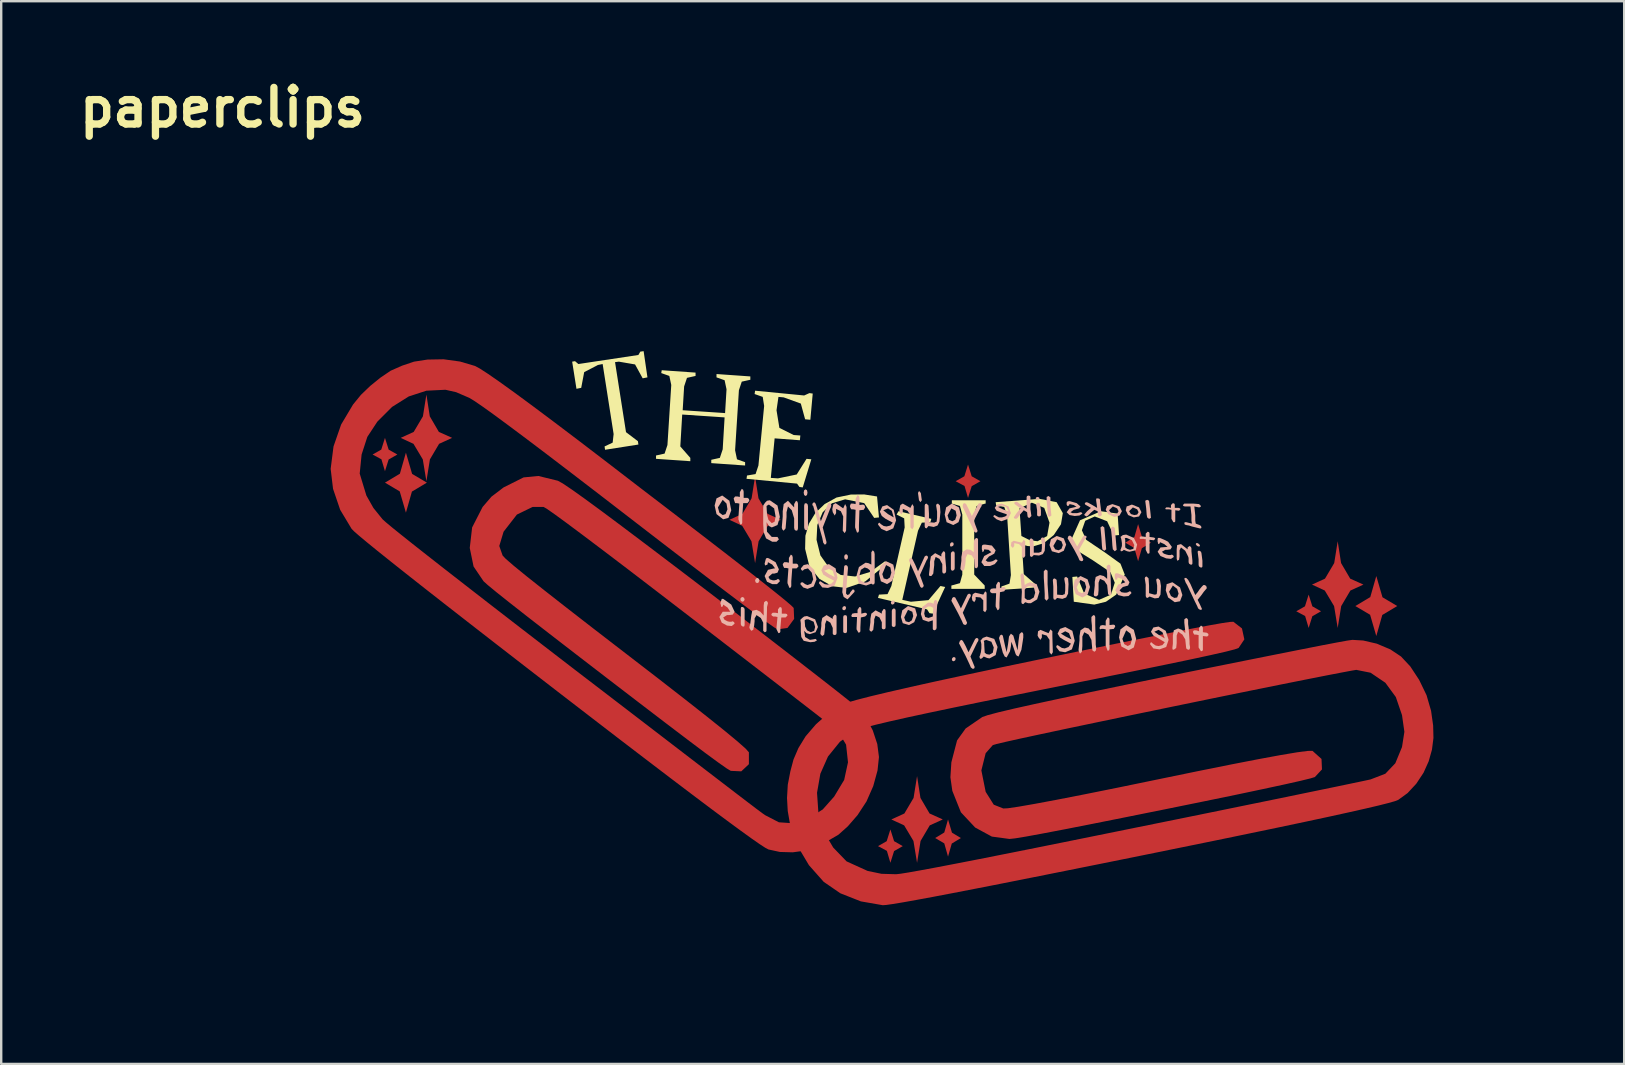
<source format=kicad_pcb>
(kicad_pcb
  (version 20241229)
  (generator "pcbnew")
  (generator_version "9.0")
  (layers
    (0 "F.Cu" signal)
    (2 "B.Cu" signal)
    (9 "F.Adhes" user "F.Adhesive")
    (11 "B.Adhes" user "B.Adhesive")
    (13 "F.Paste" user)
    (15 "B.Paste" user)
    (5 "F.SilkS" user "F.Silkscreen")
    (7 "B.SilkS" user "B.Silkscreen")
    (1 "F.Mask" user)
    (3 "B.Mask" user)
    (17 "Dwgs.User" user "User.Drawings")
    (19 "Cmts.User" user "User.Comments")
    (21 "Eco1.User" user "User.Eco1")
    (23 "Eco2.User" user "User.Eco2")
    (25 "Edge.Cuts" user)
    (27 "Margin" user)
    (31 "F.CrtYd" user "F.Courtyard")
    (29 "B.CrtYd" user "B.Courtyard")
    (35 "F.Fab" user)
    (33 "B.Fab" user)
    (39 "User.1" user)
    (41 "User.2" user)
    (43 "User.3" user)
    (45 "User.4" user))
  (footprint "paperclips"
    (layer "F.Cu")
    (at 6.219 8.701)
    (property "Reference" "paperclips" (at 0 -7.275 0) (layer "F.SilkS") (effects (font (size 1.524 1.524) (thickness 0.305))))
    (attr exclude_from_pos_files exclude_from_bom)
    (fp_poly (pts (xy 26.571 19.665) (xy 26.749 19.745) (xy 26.71 20.241) (xy 26.511 20.717) (xy 26.333 20.677) (xy 26.352 20.34) (xy 26.452 19.903) (xy 26.571 19.665)) (stroke (width 0) (type solid)) (fill yes) (layer "F.Cu"))
    (fp_poly (pts (xy 48.498 16.113) (xy 48.677 16.034) (xy 49.034 16.391) (xy 49.252 16.847) (xy 49.093 16.966) (xy 48.835 16.728) (xy 48.558 16.371) (xy 48.498 16.113)) (stroke (width 0) (type solid)) (fill yes) (layer "F.Cu"))
    (fp_poly (pts (xy 6.767 6.489) (xy 6.613 6.978) (xy 6.251 7.183) (xy 6.62 7.382) (xy 6.767 7.878) (xy 6.921 7.389) (xy 7.283 7.183) (xy 6.921 6.978) (xy 6.767 6.489)) (stroke (width 0) (type solid)) (fill yes) (layer "F.Cu"))
    (fp_poly (pts (xy 7.64 7.104) (xy 7.389 7.982) (xy 6.767 8.354) (xy 7.382 8.719) (xy 7.64 9.604) (xy 7.89 8.726) (xy 8.513 8.354) (xy 7.898 7.99) (xy 7.64 7.104)) (stroke (width 0) (type solid)) (fill yes) (layer "F.Cu"))
    (fp_poly (pts (xy 11.013 9.922) (xy 11.192 9.962) (xy 11.172 10.279) (xy 11.073 10.676) (xy 10.974 10.914) (xy 10.795 10.934) (xy 10.696 10.755) (xy 10.795 10.319) (xy 11.013 9.922)) (stroke (width 0) (type solid)) (fill yes) (layer "F.Cu"))
    (fp_poly (pts (xy 27.821 22.8) (xy 27.667 23.289) (xy 27.305 23.495) (xy 27.675 23.693) (xy 27.821 24.19) (xy 27.975 23.701) (xy 28.337 23.495) (xy 27.975 23.289) (xy 27.821 22.8)) (stroke (width 0) (type solid)) (fill yes) (layer "F.Cu"))
    (fp_poly (pts (xy 30.222 22.384) (xy 30.066 22.927) (xy 29.686 23.158) (xy 30.066 23.381) (xy 30.222 23.932) (xy 30.378 23.388) (xy 30.758 23.158) (xy 30.386 22.934) (xy 30.222 22.384)) (stroke (width 0) (type solid)) (fill yes) (layer "F.Cu"))
    (fp_poly (pts (xy 30.877 20.122) (xy 31.036 20.201) (xy 31.135 19.943) (xy 31.214 19.586) (xy 31.234 19.348) (xy 31.095 19.229) (xy 30.956 19.308) (xy 30.857 19.705) (xy 30.877 20.122)) (stroke (width 0) (type solid)) (fill yes) (layer "F.Cu"))
    (fp_poly (pts (xy 31.055 7.6) (xy 30.902 8.089) (xy 30.54 8.295) (xy 30.909 8.493) (xy 31.055 8.989) (xy 31.209 8.501) (xy 31.571 8.295) (xy 31.209 8.089) (xy 31.055 7.6)) (stroke (width 0) (type solid)) (fill yes) (layer "F.Cu"))
    (fp_poly (pts (xy 38.14 10.081) (xy 37.983 10.624) (xy 37.604 10.855) (xy 37.983 11.078) (xy 38.14 11.628) (xy 38.296 11.085) (xy 38.675 10.855) (xy 38.303 10.624) (xy 38.14 10.081)) (stroke (width 0) (type solid)) (fill yes) (layer "F.Cu"))
    (fp_poly (pts (xy 45.244 13.018) (xy 45.09 13.506) (xy 44.728 13.712) (xy 45.097 13.91) (xy 45.244 14.407) (xy 45.398 13.918) (xy 45.76 13.712) (xy 45.398 13.506) (xy 45.244 13.018)) (stroke (width 0) (type solid)) (fill yes) (layer "F.Cu"))
    (fp_poly (pts (xy 48.062 12.244) (xy 47.811 13.122) (xy 47.188 13.494) (xy 47.804 13.858) (xy 48.062 14.744) (xy 48.312 13.866) (xy 48.935 13.494) (xy 48.32 13.129) (xy 48.062 12.244)) (stroke (width 0) (type solid)) (fill yes) (layer "F.Cu"))
    (fp_poly (pts (xy 5.378 6.072) (xy 5.556 6.152) (xy 5.437 6.707) (xy 5.239 7.422) (xy 5.14 7.719) (xy 4.981 7.66) (xy 4.882 7.441) (xy 5.06 6.707) (xy 5.378 6.072) (xy 5.378 6.072)) (stroke (width 0) (type solid)) (fill yes) (layer "F.Cu"))
    (fp_poly (pts (xy 25.221 17.641) (xy 25.777 17.978) (xy 26.166 18.346) (xy 26.452 18.713) (xy 26.67 19.229) (xy 26.551 19.407) (xy 26.253 19.07) (xy 25.638 18.336) (xy 25.162 17.82) (xy 25.221 17.641)) (stroke (width 0) (type solid)) (fill yes) (layer "F.Cu"))
    (fp_poly (pts (xy 31.274 19.07) (xy 31.69 18.931) (xy 32.365 18.693) (xy 32.822 18.594) (xy 32.921 18.514) (xy 32.802 18.415) (xy 32.286 18.355) (xy 31.611 18.574) (xy 31.274 18.871) (xy 31.274 19.07)) (stroke (width 0) (type solid)) (fill yes) (layer "F.Cu"))
    (fp_poly (pts (xy 46.077 15.796) (xy 46.692 15.617) (xy 47.226 15.562) (xy 47.685 15.597) (xy 48.22 15.776) (xy 48.28 15.994) (xy 47.823 15.994) (xy 46.871 15.974) (xy 46.157 15.994) (xy 46.077 15.796)) (stroke (width 0) (type solid)) (fill yes) (layer "F.Cu"))
    (fp_poly (pts (xy 10.894 11.152) (xy 11.212 11.529) (xy 11.728 12.164) (xy 12.105 12.541) (xy 12.144 12.68) (xy 11.986 12.7) (xy 11.47 12.422) (xy 10.934 11.787) (xy 10.755 11.291) (xy 10.894 11.152) (xy 10.894 11.152)) (stroke (width 0) (type solid)) (fill yes) (layer "F.Cu"))
    (fp_poly (pts (xy 8.493 4.683) (xy 8.348 5.592) (xy 7.964 6.241) (xy 7.422 6.489) (xy 7.955 6.737) (xy 8.343 7.386) (xy 8.493 8.295) (xy 8.639 7.386) (xy 9.022 6.737) (xy 9.565 6.489) (xy 9.013 6.241) (xy 8.634 5.592) (xy 8.493 4.683)) (stroke (width 0) (type solid)) (fill yes) (layer "F.Cu"))
    (fp_poly (pts (xy 22.185 8.096) (xy 22.04 9.005) (xy 21.656 9.654) (xy 21.114 9.902) (xy 21.647 10.15) (xy 22.035 10.799) (xy 22.185 11.708) (xy 22.331 10.799) (xy 22.714 10.15) (xy 23.257 9.902) (xy 22.706 9.654) (xy 22.326 9.005) (xy 22.185 8.096)) (stroke (width 0) (type solid)) (fill yes) (layer "F.Cu"))
    (fp_poly (pts (xy 28.932 20.578) (xy 28.787 21.487) (xy 28.403 22.136) (xy 27.861 22.384) (xy 28.394 22.631) (xy 28.782 23.28) (xy 28.932 24.19) (xy 29.078 23.28) (xy 29.461 22.631) (xy 30.004 22.384) (xy 29.453 22.136) (xy 29.073 21.487) (xy 28.932 20.578)) (stroke (width 0) (type solid)) (fill yes) (layer "F.Cu"))
    (fp_poly (pts (xy 46.454 10.795) (xy 46.309 11.704) (xy 45.925 12.353) (xy 45.383 12.601) (xy 45.916 12.848) (xy 46.304 13.497) (xy 46.454 14.407) (xy 46.6 13.497) (xy 46.983 12.848) (xy 47.526 12.601) (xy 46.975 12.353) (xy 46.595 11.704) (xy 46.454 10.795)) (stroke (width 0) (type solid)) (fill yes) (layer "F.Cu"))
    (fp_poly (pts (xy 5.1 8.354) (xy 5.318 8.652) (xy 5.596 9.327) (xy 6.072 10.021) (xy 6.668 10.557) (xy 7.005 10.914) (xy 7.025 11.053) (xy 6.886 11.073) (xy 6.628 10.993) (xy 5.993 10.378) (xy 5.559 9.872) (xy 5.259 9.366) (xy 5.001 8.612) (xy 5.1 8.354)) (stroke (width 0) (type solid)) (fill yes) (layer "F.Cu"))
    (fp_poly (pts (xy 6.152 4.326) (xy 5.765 4.698) (xy 5.437 5.1) (xy 4.941 5.933) (xy 4.624 6.846) (xy 4.505 7.779) (xy 4.604 8.612) (xy 4.901 9.485) (xy 5.378 10.279) (xy 5.478 10.381) (xy 5.69 10.567) (xy 6.014 10.837) (xy 6.45 11.192) (xy 6.998 11.631) (xy 7.657 12.154) (xy 8.429 12.762) (xy 9.313 13.454) (xy 10.309 14.23) (xy 11.417 15.091) (xy 12.637 16.036) (xy 13.97 17.066) (xy 15.304 18.093) (xy 16.528 19.034) (xy 17.643 19.886) (xy 18.647 20.651) (xy 19.542 21.329) (xy 20.327 21.92) (xy 21.003 22.423) (xy 21.569 22.839) (xy 22.026 23.169) (xy 22.374 23.411) (xy 22.612 23.566) (xy 22.741 23.634) (xy 23.217 23.738) (xy 23.753 23.753) (xy 24.301 23.679) (xy 24.805 23.515) (xy 25.658 23.019) (xy 26.047 22.671) (xy 26.452 22.205) (xy 26.824 21.637) (xy 27.107 20.995) (xy 27.285 20.345) (xy 27.345 19.784) (xy 27.275 19.243) (xy 27.087 18.673) (xy 26.816 18.162) (xy 26.531 17.8) (xy 26.369 17.659) (xy 26.033 17.387) (xy 25.521 16.982) (xy 24.834 16.446) (xy 23.973 15.777) (xy 22.937 14.976) (xy 21.726 14.043) (xy 20.34 12.978) (xy 18.951 11.92) (xy 17.732 10.996) (xy 16.681 10.204) (xy 15.801 9.547) (xy 15.089 9.025) (xy 14.547 8.639) (xy 14.174 8.388) (xy 13.97 8.275) (xy 13.156 8.076) (xy 12.541 8.136) (xy 11.708 8.553) (xy 11.204 8.937) (xy 10.835 9.366) (xy 10.398 10.22) (xy 10.299 11.073) (xy 10.458 11.847) (xy 10.874 12.462) (xy 11.046 12.617) (xy 11.406 12.914) (xy 11.955 13.351) (xy 12.693 13.93) (xy 13.619 14.649) (xy 14.733 15.509) (xy 16.034 16.51) (xy 17.334 17.507) (xy 18.445 18.356) (xy 19.367 19.056) (xy 20.1 19.607) (xy 20.646 20.008) (xy 21.003 20.259) (xy 21.173 20.36) (xy 21.61 20.38) (xy 21.927 20.082) (xy 21.927 19.586) (xy 21.794 19.436) (xy 21.461 19.141) (xy 20.929 18.7) (xy 20.197 18.113) (xy 19.267 17.381) (xy 18.137 16.502) (xy 16.808 15.478) (xy 15.471 14.448) (xy 14.336 13.567) (xy 13.402 12.836) (xy 12.668 12.254) (xy 12.135 11.819) (xy 11.802 11.531) (xy 11.668 11.39) (xy 11.529 10.993) (xy 11.708 10.398) (xy 12.263 9.684) (xy 12.918 9.366) (xy 13.375 9.366) (xy 13.51 9.444) (xy 13.825 9.664) (xy 14.321 10.026) (xy 14.997 10.53) (xy 15.854 11.176) (xy 16.891 11.964) (xy 18.108 12.896) (xy 19.506 13.97) (xy 20.905 15.047) (xy 22.125 15.987) (xy 23.165 16.788) (xy 24.026 17.453) (xy 24.706 17.979) (xy 25.205 18.368) (xy 25.522 18.619) (xy 25.658 18.733) (xy 25.975 19.268) (xy 26.055 20.003) (xy 25.896 20.737) (xy 25.479 21.431) (xy 25.003 21.967) (xy 24.467 22.304) (xy 23.773 22.543) (xy 23.177 22.503) (xy 22.602 22.205) (xy 22.483 22.121) (xy 22.244 21.943) (xy 21.886 21.671) (xy 21.409 21.307) (xy 20.811 20.849) (xy 20.092 20.298) (xy 19.253 19.655) (xy 18.293 18.918) (xy 17.212 18.089) (xy 16.009 17.167) (xy 14.684 16.153) (xy 13.363 15.136) (xy 12.161 14.209) (xy 11.076 13.37) (xy 10.11 12.62) (xy 9.262 11.96) (xy 8.533 11.389) (xy 7.922 10.908) (xy 7.43 10.516) (xy 7.057 10.215) (xy 6.803 10.003) (xy 6.668 9.882) (xy 6.286 9.408) (xy 5.993 8.89) (xy 5.715 7.977) (xy 5.794 7.183) (xy 6.032 6.449) (xy 6.449 5.814) (xy 7.064 5.199) (xy 7.759 4.763) (xy 8.493 4.524) (xy 9.287 4.485) (xy 9.731 4.586) (xy 10.279 4.822) (xy 10.478 4.942) (xy 10.811 5.169) (xy 11.278 5.503) (xy 11.878 5.945) (xy 12.613 6.494) (xy 13.481 7.15) (xy 14.482 7.914) (xy 15.618 8.785) (xy 16.887 9.763) (xy 18.3 10.852) (xy 19.532 11.798) (xy 20.583 12.601) (xy 21.454 13.261) (xy 22.142 13.777) (xy 22.649 14.15) (xy 22.975 14.38) (xy 23.118 14.466) (xy 23.535 14.407) (xy 23.812 14.03) (xy 23.793 13.573) (xy 23.69 13.47) (xy 23.437 13.254) (xy 23.031 12.925) (xy 22.474 12.482) (xy 21.764 11.927) (xy 20.903 11.258) (xy 19.889 10.476) (xy 18.722 9.581) (xy 17.403 8.572) (xy 16.077 7.552) (xy 14.891 6.645) (xy 13.845 5.853) (xy 12.939 5.175) (xy 12.174 4.611) (xy 11.548 4.161) (xy 11.064 3.825) (xy 10.72 3.602) (xy 10.517 3.493) (xy 9.892 3.309) (xy 9.207 3.215) (xy 8.54 3.227) (xy 7.977 3.314) (xy 7.484 3.48) (xy 7.005 3.691) (xy 6.571 3.986) (xy 6.152 4.326) (xy 6.152 4.326)) (stroke (width 0) (type solid)) (fill yes) (layer "F.Cu"))
    (fp_poly (pts (xy 23.515 21.491) (xy 23.545 22.032) (xy 23.634 22.543) (xy 23.932 23.455) (xy 24.428 24.289) (xy 25.043 24.983) (xy 25.737 25.46) (xy 26.591 25.797) (xy 27.503 25.956) (xy 27.646 25.946) (xy 27.927 25.906) (xy 28.344 25.837) (xy 28.898 25.738) (xy 29.59 25.61) (xy 30.418 25.452) (xy 31.383 25.265) (xy 32.485 25.049) (xy 33.724 24.803) (xy 35.099 24.528) (xy 36.61 24.225) (xy 38.259 23.892) (xy 39.907 23.557) (xy 41.417 23.249) (xy 42.791 22.965) (xy 44.027 22.708) (xy 45.126 22.476) (xy 46.087 22.27) (xy 46.911 22.089) (xy 47.599 21.934) (xy 48.148 21.805) (xy 48.561 21.701) (xy 48.836 21.623) (xy 48.974 21.57) (xy 49.366 21.285) (xy 49.728 20.895) (xy 50.031 20.437) (xy 50.244 19.963) (xy 50.381 19.477) (xy 50.443 18.99) (xy 50.43 18.47) (xy 50.344 17.859) (xy 50.155 17.207) (xy 49.847 16.57) (xy 49.478 16.009) (xy 49.093 15.597) (xy 48.647 15.3) (xy 48.081 15.061) (xy 47.516 14.93) (xy 47.069 14.903) (xy 46.858 14.933) (xy 46.433 15.01) (xy 45.794 15.132) (xy 44.941 15.3) (xy 43.874 15.512) (xy 42.593 15.768) (xy 41.099 16.068) (xy 39.39 16.411) (xy 37.68 16.762) (xy 36.183 17.074) (xy 34.897 17.345) (xy 33.824 17.577) (xy 32.962 17.769) (xy 32.313 17.923) (xy 31.876 18.039) (xy 31.651 18.117) (xy 30.956 18.594) (xy 30.599 19.09) (xy 30.361 20.003) (xy 30.321 20.628) (xy 30.401 21.193) (xy 30.758 22.086) (xy 31.353 22.721) (xy 32.048 23.098) (xy 32.782 23.197) (xy 33.015 23.172) (xy 33.477 23.096) (xy 34.168 22.969) (xy 35.089 22.793) (xy 36.239 22.567) (xy 37.62 22.291) (xy 39.231 21.967) (xy 40.838 21.64) (xy 42.208 21.358) (xy 43.34 21.119) (xy 44.235 20.926) (xy 44.894 20.778) (xy 45.316 20.675) (xy 45.502 20.618) (xy 45.799 20.3) (xy 45.78 19.864) (xy 45.403 19.526) (xy 45.205 19.529) (xy 44.764 19.587) (xy 44.083 19.701) (xy 43.16 19.871) (xy 41.997 20.097) (xy 40.595 20.379) (xy 38.953 20.717) (xy 37.312 21.055) (xy 35.91 21.337) (xy 34.748 21.564) (xy 33.828 21.736) (xy 33.149 21.854) (xy 32.714 21.918) (xy 32.524 21.927) (xy 32.127 21.769) (xy 31.79 21.233) (xy 31.611 20.34) (xy 31.79 19.625) (xy 32.087 19.288) (xy 32.237 19.243) (xy 32.612 19.154) (xy 33.212 19.02) (xy 34.037 18.842) (xy 35.087 18.618) (xy 36.362 18.351) (xy 37.863 18.038) (xy 39.588 17.681) (xy 41.316 17.325) (xy 42.825 17.018) (xy 44.112 16.758) (xy 45.179 16.545) (xy 46.025 16.378) (xy 46.648 16.258) (xy 47.05 16.183) (xy 47.228 16.153) (xy 47.823 16.272) (xy 48.439 16.689) (xy 48.875 17.284) (xy 49.133 18.038) (xy 49.232 18.733) (xy 49.133 19.367) (xy 48.855 20.042) (xy 48.439 20.479) (xy 47.823 20.717) (xy 47.679 20.748) (xy 47.387 20.81) (xy 46.947 20.902) (xy 46.358 21.025) (xy 45.621 21.177) (xy 44.735 21.36) (xy 43.699 21.573) (xy 42.515 21.815) (xy 41.18 22.088) (xy 39.695 22.39) (xy 38.06 22.721) (xy 36.428 23.052) (xy 34.94 23.353) (xy 33.597 23.623) (xy 32.398 23.862) (xy 31.345 24.07) (xy 30.435 24.247) (xy 29.671 24.393) (xy 29.051 24.508) (xy 28.576 24.592) (xy 28.245 24.645) (xy 28.059 24.666) (xy 27.449 24.648) (xy 26.868 24.527) (xy 25.995 24.13) (xy 25.44 23.555) (xy 25.043 22.88) (xy 24.825 22.146) (xy 24.765 21.273) (xy 24.904 20.479) (xy 25.221 19.764) (xy 25.718 19.149) (xy 26.09 18.881) (xy 26.61 18.613) (xy 26.833 18.539) (xy 27.224 18.435) (xy 27.783 18.302) (xy 28.51 18.138) (xy 29.406 17.945) (xy 30.472 17.721) (xy 31.707 17.467) (xy 33.112 17.183) (xy 34.687 16.867) (xy 36.435 16.516) (xy 37.957 16.208) (xy 39.253 15.942) (xy 40.322 15.719) (xy 41.165 15.537) (xy 41.78 15.397) (xy 42.168 15.298) (xy 42.327 15.24) (xy 42.565 14.883) (xy 42.466 14.426) (xy 42.108 14.149) (xy 41.969 14.156) (xy 41.642 14.204) (xy 41.129 14.294) (xy 40.43 14.425) (xy 39.543 14.597) (xy 38.47 14.81) (xy 37.211 15.064) (xy 35.764 15.36) (xy 34.131 15.696) (xy 32.494 16.037) (xy 31.036 16.346) (xy 29.757 16.622) (xy 28.655 16.866) (xy 27.731 17.078) (xy 26.983 17.257) (xy 26.412 17.404) (xy 26.017 17.519) (xy 25.797 17.601) (xy 25.246 17.956) (xy 24.725 18.415) (xy 24.291 18.919) (xy 23.991 19.407) (xy 23.785 19.886) (xy 23.654 20.38) (xy 23.547 20.935) (xy 23.515 21.491)) (stroke (width 0) (type solid)) (fill yes) (layer "F.Cu"))
    (fp_poly (pts (xy 26.571 19.665) (xy 26.749 19.745) (xy 26.71 20.241) (xy 26.511 20.717) (xy 26.333 20.677) (xy 26.352 20.34) (xy 26.452 19.903) (xy 26.571 19.665)) (stroke (width 0) (type solid)) (fill yes) (layer "F.Mask"))
    (fp_poly (pts (xy 48.498 16.113) (xy 48.677 16.034) (xy 49.034 16.391) (xy 49.252 16.847) (xy 49.093 16.966) (xy 48.835 16.728) (xy 48.558 16.371) (xy 48.498 16.113)) (stroke (width 0) (type solid)) (fill yes) (layer "F.Mask"))
    (fp_poly (pts (xy 6.767 6.489) (xy 6.613 6.978) (xy 6.251 7.183) (xy 6.62 7.382) (xy 6.767 7.878) (xy 6.921 7.389) (xy 7.283 7.183) (xy 6.921 6.978) (xy 6.767 6.489)) (stroke (width 0) (type solid)) (fill yes) (layer "F.Mask"))
    (fp_poly (pts (xy 7.64 7.104) (xy 7.389 7.982) (xy 6.767 8.354) (xy 7.382 8.719) (xy 7.64 9.604) (xy 7.89 8.726) (xy 8.513 8.354) (xy 7.898 7.99) (xy 7.64 7.104)) (stroke (width 0) (type solid)) (fill yes) (layer "F.Mask"))
    (fp_poly (pts (xy 11.013 9.922) (xy 11.192 9.962) (xy 11.172 10.279) (xy 11.073 10.676) (xy 10.974 10.914) (xy 10.795 10.934) (xy 10.696 10.755) (xy 10.795 10.319) (xy 11.013 9.922)) (stroke (width 0) (type solid)) (fill yes) (layer "F.Mask"))
    (fp_poly (pts (xy 27.821 22.8) (xy 27.667 23.289) (xy 27.305 23.495) (xy 27.675 23.693) (xy 27.821 24.19) (xy 27.975 23.701) (xy 28.337 23.495) (xy 27.975 23.289) (xy 27.821 22.8)) (stroke (width 0) (type solid)) (fill yes) (layer "F.Mask"))
    (fp_poly (pts (xy 30.222 22.384) (xy 30.066 22.927) (xy 29.686 23.158) (xy 30.066 23.381) (xy 30.222 23.932) (xy 30.378 23.388) (xy 30.758 23.158) (xy 30.386 22.934) (xy 30.222 22.384)) (stroke (width 0) (type solid)) (fill yes) (layer "F.Mask"))
    (fp_poly (pts (xy 30.877 20.122) (xy 31.036 20.201) (xy 31.135 19.943) (xy 31.214 19.586) (xy 31.234 19.348) (xy 31.095 19.229) (xy 30.956 19.308) (xy 30.857 19.705) (xy 30.877 20.122)) (stroke (width 0) (type solid)) (fill yes) (layer "F.Mask"))
    (fp_poly (pts (xy 31.055 7.6) (xy 30.902 8.089) (xy 30.54 8.295) (xy 30.909 8.493) (xy 31.055 8.989) (xy 31.209 8.501) (xy 31.571 8.295) (xy 31.209 8.089) (xy 31.055 7.6)) (stroke (width 0) (type solid)) (fill yes) (layer "F.Mask"))
    (fp_poly (pts (xy 38.14 10.081) (xy 37.983 10.624) (xy 37.604 10.855) (xy 37.983 11.078) (xy 38.14 11.628) (xy 38.296 11.085) (xy 38.675 10.855) (xy 38.303 10.624) (xy 38.14 10.081)) (stroke (width 0) (type solid)) (fill yes) (layer "F.Mask"))
    (fp_poly (pts (xy 45.244 13.018) (xy 45.09 13.506) (xy 44.728 13.712) (xy 45.097 13.91) (xy 45.244 14.407) (xy 45.398 13.918) (xy 45.76 13.712) (xy 45.398 13.506) (xy 45.244 13.018)) (stroke (width 0) (type solid)) (fill yes) (layer "F.Mask"))
    (fp_poly (pts (xy 48.062 12.244) (xy 47.811 13.122) (xy 47.188 13.494) (xy 47.804 13.858) (xy 48.062 14.744) (xy 48.312 13.866) (xy 48.935 13.494) (xy 48.32 13.129) (xy 48.062 12.244)) (stroke (width 0) (type solid)) (fill yes) (layer "F.Mask"))
    (fp_poly (pts (xy 5.378 6.072) (xy 5.556 6.152) (xy 5.437 6.707) (xy 5.239 7.422) (xy 5.14 7.719) (xy 4.981 7.66) (xy 4.882 7.441) (xy 5.06 6.707) (xy 5.378 6.072) (xy 5.378 6.072)) (stroke (width 0) (type solid)) (fill yes) (layer "F.Mask"))
    (fp_poly (pts (xy 25.221 17.641) (xy 25.777 17.978) (xy 26.166 18.346) (xy 26.452 18.713) (xy 26.67 19.229) (xy 26.551 19.407) (xy 26.253 19.07) (xy 25.638 18.336) (xy 25.162 17.82) (xy 25.221 17.641)) (stroke (width 0) (type solid)) (fill yes) (layer "F.Mask"))
    (fp_poly (pts (xy 31.274 19.07) (xy 31.69 18.931) (xy 32.365 18.693) (xy 32.822 18.594) (xy 32.921 18.514) (xy 32.802 18.415) (xy 32.286 18.355) (xy 31.611 18.574) (xy 31.274 18.871) (xy 31.274 19.07)) (stroke (width 0) (type solid)) (fill yes) (layer "F.Mask"))
    (fp_poly (pts (xy 46.077 15.796) (xy 46.692 15.617) (xy 47.226 15.562) (xy 47.685 15.597) (xy 48.22 15.776) (xy 48.28 15.994) (xy 47.823 15.994) (xy 46.871 15.974) (xy 46.157 15.994) (xy 46.077 15.796)) (stroke (width 0) (type solid)) (fill yes) (layer "F.Mask"))
    (fp_poly (pts (xy 10.894 11.152) (xy 11.212 11.529) (xy 11.728 12.164) (xy 12.105 12.541) (xy 12.144 12.68) (xy 11.986 12.7) (xy 11.47 12.422) (xy 10.934 11.787) (xy 10.755 11.291) (xy 10.894 11.152) (xy 10.894 11.152)) (stroke (width 0) (type solid)) (fill yes) (layer "F.Mask"))
    (fp_poly (pts (xy 8.493 4.683) (xy 8.348 5.592) (xy 7.964 6.241) (xy 7.422 6.489) (xy 7.955 6.737) (xy 8.343 7.386) (xy 8.493 8.295) (xy 8.639 7.386) (xy 9.022 6.737) (xy 9.565 6.489) (xy 9.013 6.241) (xy 8.634 5.592) (xy 8.493 4.683)) (stroke (width 0) (type solid)) (fill yes) (layer "F.Mask"))
    (fp_poly (pts (xy 22.185 8.096) (xy 22.04 9.005) (xy 21.656 9.654) (xy 21.114 9.902) (xy 21.647 10.15) (xy 22.035 10.799) (xy 22.185 11.708) (xy 22.331 10.799) (xy 22.714 10.15) (xy 23.257 9.902) (xy 22.706 9.654) (xy 22.326 9.005) (xy 22.185 8.096)) (stroke (width 0) (type solid)) (fill yes) (layer "F.Mask"))
    (fp_poly (pts (xy 28.932 20.578) (xy 28.787 21.487) (xy 28.403 22.136) (xy 27.861 22.384) (xy 28.394 22.631) (xy 28.782 23.28) (xy 28.932 24.19) (xy 29.078 23.28) (xy 29.461 22.631) (xy 30.004 22.384) (xy 29.453 22.136) (xy 29.073 21.487) (xy 28.932 20.578)) (stroke (width 0) (type solid)) (fill yes) (layer "F.Mask"))
    (fp_poly (pts (xy 46.454 10.795) (xy 46.309 11.704) (xy 45.925 12.353) (xy 45.383 12.601) (xy 45.916 12.848) (xy 46.304 13.497) (xy 46.454 14.407) (xy 46.6 13.497) (xy 46.983 12.848) (xy 47.526 12.601) (xy 46.975 12.353) (xy 46.595 11.704) (xy 46.454 10.795)) (stroke (width 0) (type solid)) (fill yes) (layer "F.Mask"))
    (fp_poly (pts (xy 5.1 8.354) (xy 5.318 8.652) (xy 5.596 9.327) (xy 6.072 10.021) (xy 6.668 10.557) (xy 7.005 10.914) (xy 7.025 11.053) (xy 6.886 11.073) (xy 6.628 10.993) (xy 5.993 10.378) (xy 5.559 9.872) (xy 5.259 9.366) (xy 5.001 8.612) (xy 5.1 8.354)) (stroke (width 0) (type solid)) (fill yes) (layer "F.Mask"))
    (fp_poly (pts (xy 6.152 4.326) (xy 5.765 4.698) (xy 5.437 5.1) (xy 4.941 5.933) (xy 4.624 6.846) (xy 4.505 7.779) (xy 4.604 8.612) (xy 4.901 9.485) (xy 5.378 10.279) (xy 5.478 10.381) (xy 5.69 10.567) (xy 6.014 10.837) (xy 6.45 11.192) (xy 6.998 11.631) (xy 7.657 12.154) (xy 8.429 12.762) (xy 9.313 13.454) (xy 10.309 14.23) (xy 11.417 15.091) (xy 12.637 16.036) (xy 13.97 17.066) (xy 15.304 18.093) (xy 16.528 19.034) (xy 17.643 19.886) (xy 18.647 20.651) (xy 19.542 21.329) (xy 20.327 21.92) (xy 21.003 22.423) (xy 21.569 22.839) (xy 22.026 23.169) (xy 22.374 23.411) (xy 22.612 23.566) (xy 22.741 23.634) (xy 23.217 23.738) (xy 23.753 23.753) (xy 24.301 23.679) (xy 24.805 23.515) (xy 25.658 23.019) (xy 26.047 22.671) (xy 26.452 22.205) (xy 26.824 21.637) (xy 27.107 20.995) (xy 27.285 20.345) (xy 27.345 19.784) (xy 27.275 19.243) (xy 27.087 18.673) (xy 26.816 18.162) (xy 26.531 17.8) (xy 26.369 17.659) (xy 26.033 17.387) (xy 25.521 16.982) (xy 24.834 16.446) (xy 23.973 15.777) (xy 22.937 14.976) (xy 21.726 14.043) (xy 20.34 12.978) (xy 18.951 11.92) (xy 17.732 10.996) (xy 16.681 10.204) (xy 15.801 9.547) (xy 15.089 9.025) (xy 14.547 8.639) (xy 14.174 8.388) (xy 13.97 8.275) (xy 13.156 8.076) (xy 12.541 8.136) (xy 11.708 8.553) (xy 11.204 8.937) (xy 10.835 9.366) (xy 10.398 10.22) (xy 10.299 11.073) (xy 10.458 11.847) (xy 10.874 12.462) (xy 11.046 12.617) (xy 11.406 12.914) (xy 11.955 13.351) (xy 12.693 13.93) (xy 13.619 14.649) (xy 14.733 15.509) (xy 16.034 16.51) (xy 17.334 17.507) (xy 18.445 18.356) (xy 19.367 19.056) (xy 20.1 19.607) (xy 20.646 20.008) (xy 21.003 20.259) (xy 21.173 20.36) (xy 21.61 20.38) (xy 21.927 20.082) (xy 21.927 19.586) (xy 21.794 19.436) (xy 21.461 19.141) (xy 20.929 18.7) (xy 20.197 18.113) (xy 19.267 17.381) (xy 18.137 16.502) (xy 16.808 15.478) (xy 15.471 14.448) (xy 14.336 13.567) (xy 13.402 12.836) (xy 12.668 12.254) (xy 12.135 11.819) (xy 11.802 11.531) (xy 11.668 11.39) (xy 11.529 10.993) (xy 11.708 10.398) (xy 12.263 9.684) (xy 12.918 9.366) (xy 13.375 9.366) (xy 13.51 9.444) (xy 13.825 9.664) (xy 14.321 10.026) (xy 14.997 10.53) (xy 15.854 11.176) (xy 16.891 11.964) (xy 18.108 12.896) (xy 19.506 13.97) (xy 20.905 15.047) (xy 22.125 15.987) (xy 23.165 16.788) (xy 24.026 17.453) (xy 24.706 17.979) (xy 25.205 18.368) (xy 25.522 18.619) (xy 25.658 18.733) (xy 25.975 19.268) (xy 26.055 20.003) (xy 25.896 20.737) (xy 25.479 21.431) (xy 25.003 21.967) (xy 24.467 22.304) (xy 23.773 22.543) (xy 23.177 22.503) (xy 22.602 22.205) (xy 22.483 22.121) (xy 22.244 21.943) (xy 21.886 21.671) (xy 21.409 21.307) (xy 20.811 20.849) (xy 20.092 20.298) (xy 19.253 19.655) (xy 18.293 18.918) (xy 17.212 18.089) (xy 16.009 17.167) (xy 14.684 16.153) (xy 13.363 15.136) (xy 12.161 14.209) (xy 11.076 13.37) (xy 10.11 12.62) (xy 9.262 11.96) (xy 8.533 11.389) (xy 7.922 10.908) (xy 7.43 10.516) (xy 7.057 10.215) (xy 6.803 10.003) (xy 6.668 9.882) (xy 6.286 9.408) (xy 5.993 8.89) (xy 5.715 7.977) (xy 5.794 7.183) (xy 6.032 6.449) (xy 6.449 5.814) (xy 7.064 5.199) (xy 7.759 4.763) (xy 8.493 4.524) (xy 9.287 4.485) (xy 9.731 4.586) (xy 10.279 4.822) (xy 10.478 4.942) (xy 10.811 5.169) (xy 11.278 5.503) (xy 11.878 5.945) (xy 12.613 6.494) (xy 13.481 7.15) (xy 14.482 7.914) (xy 15.618 8.785) (xy 16.887 9.763) (xy 18.3 10.852) (xy 19.532 11.798) (xy 20.583 12.601) (xy 21.454 13.261) (xy 22.142 13.777) (xy 22.649 14.15) (xy 22.975 14.38) (xy 23.118 14.466) (xy 23.535 14.407) (xy 23.812 14.03) (xy 23.793 13.573) (xy 23.69 13.47) (xy 23.437 13.254) (xy 23.031 12.925) (xy 22.474 12.482) (xy 21.764 11.927) (xy 20.903 11.258) (xy 19.889 10.476) (xy 18.722 9.581) (xy 17.403 8.572) (xy 16.077 7.552) (xy 14.891 6.645) (xy 13.845 5.853) (xy 12.939 5.175) (xy 12.174 4.611) (xy 11.548 4.161) (xy 11.064 3.825) (xy 10.72 3.602) (xy 10.517 3.493) (xy 9.892 3.309) (xy 9.207 3.215) (xy 8.54 3.227) (xy 7.977 3.314) (xy 7.484 3.48) (xy 7.005 3.691) (xy 6.571 3.986) (xy 6.152 4.326) (xy 6.152 4.326)) (stroke (width 0) (type solid)) (fill yes) (layer "F.Mask"))
    (fp_poly (pts (xy 23.515 21.491) (xy 23.545 22.032) (xy 23.634 22.543) (xy 23.932 23.455) (xy 24.428 24.289) (xy 25.043 24.983) (xy 25.737 25.46) (xy 26.591 25.797) (xy 27.503 25.956) (xy 27.646 25.946) (xy 27.927 25.906) (xy 28.344 25.837) (xy 28.898 25.738) (xy 29.59 25.61) (xy 30.418 25.452) (xy 31.383 25.265) (xy 32.485 25.049) (xy 33.724 24.803) (xy 35.099 24.528) (xy 36.61 24.225) (xy 38.259 23.892) (xy 39.907 23.557) (xy 41.417 23.249) (xy 42.791 22.965) (xy 44.027 22.708) (xy 45.126 22.476) (xy 46.087 22.27) (xy 46.911 22.089) (xy 47.599 21.934) (xy 48.148 21.805) (xy 48.561 21.701) (xy 48.836 21.623) (xy 48.974 21.57) (xy 49.366 21.285) (xy 49.728 20.895) (xy 50.031 20.437) (xy 50.244 19.963) (xy 50.381 19.477) (xy 50.443 18.99) (xy 50.43 18.47) (xy 50.344 17.859) (xy 50.155 17.207) (xy 49.847 16.57) (xy 49.478 16.009) (xy 49.093 15.597) (xy 48.647 15.3) (xy 48.081 15.061) (xy 47.516 14.93) (xy 47.069 14.903) (xy 46.858 14.933) (xy 46.433 15.01) (xy 45.794 15.132) (xy 44.941 15.3) (xy 43.874 15.512) (xy 42.593 15.768) (xy 41.099 16.068) (xy 39.39 16.411) (xy 37.68 16.762) (xy 36.183 17.074) (xy 34.897 17.345) (xy 33.824 17.577) (xy 32.962 17.769) (xy 32.313 17.923) (xy 31.876 18.039) (xy 31.651 18.117) (xy 30.956 18.594) (xy 30.599 19.09) (xy 30.361 20.003) (xy 30.321 20.628) (xy 30.401 21.193) (xy 30.758 22.086) (xy 31.353 22.721) (xy 32.048 23.098) (xy 32.782 23.197) (xy 33.015 23.172) (xy 33.477 23.096) (xy 34.168 22.969) (xy 35.089 22.793) (xy 36.239 22.567) (xy 37.62 22.291) (xy 39.231 21.967) (xy 40.838 21.64) (xy 42.208 21.358) (xy 43.34 21.119) (xy 44.235 20.926) (xy 44.894 20.778) (xy 45.316 20.675) (xy 45.502 20.618) (xy 45.799 20.3) (xy 45.78 19.864) (xy 45.403 19.526) (xy 45.205 19.529) (xy 44.764 19.587) (xy 44.083 19.701) (xy 43.16 19.871) (xy 41.997 20.097) (xy 40.595 20.379) (xy 38.953 20.717) (xy 37.312 21.055) (xy 35.91 21.337) (xy 34.748 21.564) (xy 33.828 21.736) (xy 33.149 21.854) (xy 32.714 21.918) (xy 32.524 21.927) (xy 32.127 21.769) (xy 31.79 21.233) (xy 31.611 20.34) (xy 31.79 19.625) (xy 32.087 19.288) (xy 32.237 19.243) (xy 32.612 19.154) (xy 33.212 19.02) (xy 34.037 18.842) (xy 35.087 18.618) (xy 36.362 18.351) (xy 37.863 18.038) (xy 39.588 17.681) (xy 41.316 17.325) (xy 42.825 17.018) (xy 44.112 16.758) (xy 45.179 16.545) (xy 46.025 16.378) (xy 46.648 16.258) (xy 47.05 16.183) (xy 47.228 16.153) (xy 47.823 16.272) (xy 48.439 16.689) (xy 48.875 17.284) (xy 49.133 18.038) (xy 49.232 18.733) (xy 49.133 19.367) (xy 48.855 20.042) (xy 48.439 20.479) (xy 47.823 20.717) (xy 47.679 20.748) (xy 47.387 20.81) (xy 46.947 20.902) (xy 46.358 21.025) (xy 45.621 21.177) (xy 44.735 21.36) (xy 43.699 21.573) (xy 42.515 21.815) (xy 41.18 22.088) (xy 39.695 22.39) (xy 38.06 22.721) (xy 36.428 23.052) (xy 34.94 23.353) (xy 33.597 23.623) (xy 32.398 23.862) (xy 31.345 24.07) (xy 30.435 24.247) (xy 29.671 24.393) (xy 29.051 24.508) (xy 28.576 24.592) (xy 28.245 24.645) (xy 28.059 24.666) (xy 27.449 24.648) (xy 26.868 24.527) (xy 25.995 24.13) (xy 25.44 23.555) (xy 25.043 22.88) (xy 24.825 22.146) (xy 24.765 21.273) (xy 24.904 20.479) (xy 25.221 19.764) (xy 25.718 19.149) (xy 26.09 18.881) (xy 26.61 18.613) (xy 26.833 18.539) (xy 27.224 18.435) (xy 27.783 18.302) (xy 28.51 18.138) (xy 29.406 17.945) (xy 30.472 17.721) (xy 31.707 17.467) (xy 33.112 17.183) (xy 34.687 16.867) (xy 36.435 16.516) (xy 37.957 16.208) (xy 39.253 15.942) (xy 40.322 15.719) (xy 41.165 15.537) (xy 41.78 15.397) (xy 42.168 15.298) (xy 42.327 15.24) (xy 42.565 14.883) (xy 42.466 14.426) (xy 42.108 14.149) (xy 41.969 14.156) (xy 41.642 14.204) (xy 41.129 14.294) (xy 40.43 14.425) (xy 39.543 14.597) (xy 38.47 14.81) (xy 37.211 15.064) (xy 35.764 15.36) (xy 34.131 15.696) (xy 32.494 16.037) (xy 31.036 16.346) (xy 29.757 16.622) (xy 28.655 16.866) (xy 27.731 17.078) (xy 26.983 17.257) (xy 26.412 17.404) (xy 26.017 17.519) (xy 25.797 17.601) (xy 25.246 17.956) (xy 24.725 18.415) (xy 24.291 18.919) (xy 23.991 19.407) (xy 23.785 19.886) (xy 23.654 20.38) (xy 23.547 20.935) (xy 23.515 21.491)) (stroke (width 0) (type solid)) (fill yes) (layer "F.Mask"))
    (fp_poly (pts (xy 31.77 9.227) (xy 31.413 9.327) (xy 31.313 9.684) (xy 31.313 12.184) (xy 31.75 12.64) (xy 31.75 12.779) (xy 30.361 12.779) (xy 30.361 12.64) (xy 30.718 12.541) (xy 30.817 12.184) (xy 30.817 9.684) (xy 30.718 9.327) (xy 30.381 9.227) (xy 30.381 9.088) (xy 31.79 9.088) (xy 31.79 9.227) (xy 31.77 9.227)) (stroke (width 0) (type solid)) (fill yes) (layer "F.SilkS"))
    (fp_poly (pts (xy 28.158 9.545) (xy 29.527 9.862) (xy 29.488 10.001) (xy 29.131 10.021) (xy 28.972 10.358) (xy 28.317 13.236) (xy 28.674 13.315) (xy 29.408 13.248) (xy 29.905 12.66) (xy 30.103 12.7) (xy 29.587 13.811) (xy 29.448 13.791) (xy 29.349 13.633) (xy 27.305 13.156) (xy 27.345 13.018) (xy 27.702 12.998) (xy 27.861 12.66) (xy 28.416 10.22) (xy 28.396 9.842) (xy 28.079 9.684) (xy 28.158 9.545)) (stroke (width 0) (type solid)) (fill yes) (layer "F.SilkS"))
    (fp_poly (pts (xy 14.565 3.314) (xy 14.684 3.294) (xy 14.823 3.413) (xy 17.324 3.036) (xy 17.403 2.897) (xy 17.542 2.877) (xy 17.701 3.969) (xy 17.502 4.008) (xy 17.185 3.43) (xy 16.51 3.314) (xy 16.351 3.334) (xy 16.808 6.251) (xy 17.304 6.628) (xy 17.324 6.767) (xy 15.935 6.985) (xy 15.915 6.846) (xy 16.252 6.687) (xy 16.292 6.33) (xy 15.835 3.413) (xy 15.637 3.453) (xy 15.066 3.75) (xy 14.942 4.405) (xy 14.744 4.445) (xy 14.565 3.314)) (stroke (width 0) (type solid)) (fill yes) (layer "F.SilkS"))
    (fp_poly (pts (xy 27.583 11.807) (xy 26.767 12.474) (xy 25.995 12.74) (xy 25.4 12.67) (xy 24.864 12.363) (xy 24.448 11.842) (xy 24.269 11.113) (xy 24.281 10.564) (xy 24.428 10.061) (xy 24.696 9.617) (xy 25.082 9.247) (xy 25.576 8.974) (xy 26.174 8.85) (xy 26.727 8.845) (xy 27.265 8.93) (xy 27.345 9.803) (xy 27.146 9.823) (xy 26.73 9.207) (xy 25.936 9.049) (xy 25.388 9.212) (xy 25.003 9.585) (xy 24.777 10.115) (xy 24.745 10.735) (xy 24.906 11.385) (xy 25.261 11.886) (xy 25.755 12.201) (xy 26.352 12.263) (xy 26.988 12.07) (xy 27.622 11.609) (xy 27.583 11.807)) (stroke (width 0) (type solid)) (fill yes) (layer "F.SilkS"))
    (fp_poly (pts (xy 35.679 11.232) (xy 35.461 10.974) (xy 35.381 10.676) (xy 35.719 9.922) (xy 36.592 9.545) (xy 37.286 9.644) (xy 37.346 10.537) (xy 37.128 10.557) (xy 36.85 9.962) (xy 36.334 9.763) (xy 35.937 9.942) (xy 35.798 10.339) (xy 35.977 10.735) (xy 36.77 11.271) (xy 37.405 11.728) (xy 37.584 12.184) (xy 37.227 13.018) (xy 36.8 13.315) (xy 36.314 13.434) (xy 35.461 13.315) (xy 35.401 12.283) (xy 35.6 12.263) (xy 35.897 12.978) (xy 36.513 13.236) (xy 37.009 13.018) (xy 37.167 12.521) (xy 36.989 12.085) (xy 36.255 11.589) (xy 35.679 11.232) (xy 35.679 11.232)) (stroke (width 0) (type solid)) (fill yes) (layer "F.SilkS"))
    (fp_poly (pts (xy 24.448 4.624) (xy 24.586 4.643) (xy 24.487 5.735) (xy 24.269 5.715) (xy 24.09 5.06) (xy 23.376 4.802) (xy 23.158 4.782) (xy 23.078 5.338) (xy 23.197 6.072) (xy 23.793 6.37) (xy 24.07 6.39) (xy 24.051 6.588) (xy 22.999 6.509) (xy 22.84 8.156) (xy 23.138 8.176) (xy 23.919 8.014) (xy 24.328 7.362) (xy 24.527 7.382) (xy 24.17 8.553) (xy 24.031 8.533) (xy 23.932 8.394) (xy 21.828 8.195) (xy 21.848 8.057) (xy 22.205 7.997) (xy 22.324 7.64) (xy 22.562 5.159) (xy 22.503 4.782) (xy 22.165 4.663) (xy 22.185 4.524) (xy 24.229 4.723) (xy 24.448 4.624)) (stroke (width 0) (type solid)) (fill yes) (layer "F.SilkS"))
    (fp_poly (pts (xy 32.206 9.168) (xy 34.032 9.029) (xy 34.746 9.168) (xy 35.004 9.624) (xy 34.927 10.088) (xy 34.627 10.537) (xy 34.206 10.879) (xy 33.953 10.954) (xy 33.953 10.795) (xy 34.35 10.577) (xy 34.449 10.021) (xy 34.23 9.406) (xy 33.715 9.188) (xy 33.199 9.426) (xy 33.278 10.577) (xy 33.635 10.755) (xy 33.953 10.795) (xy 33.953 10.954) (xy 33.754 11.013) (xy 33.536 10.993) (xy 33.298 10.934) (xy 33.377 12.164) (xy 33.853 12.581) (xy 33.873 12.72) (xy 32.464 12.819) (xy 32.445 12.68) (xy 32.782 12.561) (xy 32.841 12.204) (xy 32.683 9.723) (xy 32.564 9.366) (xy 32.226 9.307) (xy 32.206 9.168)) (stroke (width 0) (type solid)) (fill yes) (layer "F.SilkS"))
    (fp_poly (pts (xy 18.296 3.671) (xy 19.705 3.77) (xy 19.705 3.909) (xy 19.348 3.989) (xy 19.229 4.346) (xy 19.169 5.338) (xy 20.935 5.457) (xy 20.995 4.465) (xy 20.915 4.088) (xy 20.578 3.969) (xy 20.578 3.83) (xy 21.987 3.929) (xy 21.987 4.068) (xy 21.63 4.147) (xy 21.511 4.505) (xy 21.352 7.005) (xy 21.431 7.382) (xy 21.769 7.501) (xy 21.769 7.64) (xy 20.36 7.541) (xy 20.36 7.402) (xy 20.717 7.322) (xy 20.836 6.965) (xy 20.915 5.636) (xy 19.149 5.517) (xy 19.07 6.846) (xy 19.487 7.322) (xy 19.487 7.461) (xy 18.058 7.362) (xy 18.058 7.223) (xy 18.415 7.144) (xy 18.534 6.787) (xy 18.693 4.286) (xy 18.613 3.909) (xy 18.276 3.79) (xy 18.296 3.671)) (stroke (width 0) (type solid)) (fill yes) (layer "F.SilkS"))
    (fp_poly (pts (xy 21.59 13.275) (xy 21.57 13.196) (xy 21.61 13.137) (xy 21.669 13.117) (xy 21.729 13.156) (xy 21.749 13.236) (xy 21.709 13.295) (xy 21.65 13.315) (xy 21.59 13.275)) (stroke (width 0) (type solid)) (fill yes) (layer "B.SilkS"))
    (fp_poly (pts (xy 22.205 12.502) (xy 22.185 12.422) (xy 22.225 12.343) (xy 22.285 12.323) (xy 22.344 12.363) (xy 22.364 12.442) (xy 22.324 12.521) (xy 22.265 12.541) (xy 22.205 12.502)) (stroke (width 0) (type solid)) (fill yes) (layer "B.SilkS"))
    (fp_poly (pts (xy 24.229 8.87) (xy 24.209 8.771) (xy 24.229 8.672) (xy 24.289 8.632) (xy 24.348 8.672) (xy 24.368 8.771) (xy 24.348 8.87) (xy 24.289 8.91) (xy 24.229 8.87)) (stroke (width 0) (type solid)) (fill yes) (layer "B.SilkS"))
    (fp_poly (pts (xy 25.837 13.652) (xy 25.817 13.593) (xy 25.837 13.533) (xy 25.896 13.494) (xy 25.956 13.514) (xy 25.975 13.573) (xy 25.956 13.633) (xy 25.896 13.672) (xy 25.837 13.652)) (stroke (width 0) (type solid)) (fill yes) (layer "B.SilkS"))
    (fp_poly (pts (xy 25.916 11.529) (xy 25.896 11.45) (xy 25.916 11.37) (xy 25.975 11.331) (xy 26.035 11.37) (xy 26.055 11.45) (xy 26.035 11.529) (xy 25.975 11.569) (xy 25.916 11.529)) (stroke (width 0) (type solid)) (fill yes) (layer "B.SilkS"))
    (fp_poly (pts (xy 27.861 13.414) (xy 27.841 13.355) (xy 27.861 13.295) (xy 27.92 13.256) (xy 27.98 13.275) (xy 28 13.335) (xy 27.98 13.395) (xy 27.92 13.434) (xy 27.861 13.414)) (stroke (width 0) (type solid)) (fill yes) (layer "B.SilkS"))
    (fp_poly (pts (xy 29.012 9.088) (xy 28.972 8.791) (xy 28.992 8.731) (xy 29.031 8.711) (xy 29.091 8.791) (xy 29.111 8.95) (xy 29.131 9.088) (xy 29.071 9.168) (xy 29.012 9.088)) (stroke (width 0) (type solid)) (fill yes) (layer "B.SilkS"))
    (fp_poly (pts (xy 30.321 11.013) (xy 30.301 10.954) (xy 30.321 10.874) (xy 30.381 10.835) (xy 30.44 10.855) (xy 30.46 10.914) (xy 30.44 10.974) (xy 30.381 11.013) (xy 30.321 11.013)) (stroke (width 0) (type solid)) (fill yes) (layer "B.SilkS"))
    (fp_poly (pts (xy 30.401 15.776) (xy 30.381 15.716) (xy 30.401 15.657) (xy 30.46 15.617) (xy 30.52 15.637) (xy 30.54 15.696) (xy 30.52 15.756) (xy 30.46 15.796) (xy 30.401 15.776)) (stroke (width 0) (type solid)) (fill yes) (layer "B.SilkS"))
    (fp_poly (pts (xy 33.893 9.049) (xy 33.873 9.009) (xy 33.893 8.969) (xy 33.953 8.95) (xy 34.012 8.969) (xy 34.032 9.009) (xy 34.012 9.049) (xy 33.953 9.069) (xy 33.893 9.049)) (stroke (width 0) (type solid)) (fill yes) (layer "B.SilkS"))
    (fp_poly (pts (xy 40.58 10.974) (xy 40.541 10.914) (xy 40.561 10.874) (xy 40.62 10.874) (xy 40.68 10.914) (xy 40.719 10.974) (xy 40.7 11.013) (xy 40.64 11.013) (xy 40.58 10.974)) (stroke (width 0) (type solid)) (fill yes) (layer "B.SilkS"))
    (fp_poly (pts (xy 34.211 12.323) (xy 34.211 12.045) (xy 34.29 11.966) (xy 34.369 12.025) (xy 34.369 12.303) (xy 34.369 12.581) (xy 34.389 12.879) (xy 34.409 13.176) (xy 34.33 13.275) (xy 34.25 13.196) (xy 34.25 12.998) (xy 34.23 12.601) (xy 34.211 12.323)) (stroke (width 0) (type solid)) (fill yes) (layer "B.SilkS"))
    (fp_poly (pts (xy 34.33 9.128) (xy 34.33 8.95) (xy 34.409 8.91) (xy 34.488 8.969) (xy 34.488 9.148) (xy 34.488 9.327) (xy 34.508 9.525) (xy 34.528 9.723) (xy 34.449 9.783) (xy 34.369 9.723) (xy 34.369 9.585) (xy 34.35 9.307) (xy 34.33 9.128)) (stroke (width 0) (type solid)) (fill yes) (layer "B.SilkS"))
    (fp_poly (pts (xy 36.592 10.438) (xy 36.572 10.22) (xy 36.651 10.16) (xy 36.731 10.22) (xy 36.751 10.438) (xy 36.77 10.656) (xy 36.79 10.894) (xy 36.81 11.132) (xy 36.731 11.192) (xy 36.651 11.132) (xy 36.632 10.974) (xy 36.612 10.656) (xy 36.592 10.438)) (stroke (width 0) (type solid)) (fill yes) (layer "B.SilkS"))
    (fp_poly (pts (xy 37.028 10.458) (xy 37.009 10.239) (xy 37.088 10.18) (xy 37.167 10.239) (xy 37.187 10.458) (xy 37.207 10.676) (xy 37.227 10.914) (xy 37.247 11.152) (xy 37.167 11.212) (xy 37.088 11.132) (xy 37.068 10.974) (xy 37.048 10.656) (xy 37.028 10.458)) (stroke (width 0) (type solid)) (fill yes) (layer "B.SilkS"))
    (fp_poly (pts (xy 38.457 9.267) (xy 38.437 9.108) (xy 38.517 9.069) (xy 38.596 9.108) (xy 38.616 9.267) (xy 38.636 9.446) (xy 38.656 9.624) (xy 38.675 9.823) (xy 38.596 9.862) (xy 38.517 9.803) (xy 38.497 9.684) (xy 38.477 9.426) (xy 38.457 9.267)) (stroke (width 0) (type solid)) (fill yes) (layer "B.SilkS"))
    (fp_poly (pts (xy 21.59 13.791) (xy 21.59 13.593) (xy 21.61 13.533) (xy 21.669 13.533) (xy 21.729 13.573) (xy 21.749 13.633) (xy 21.749 13.831) (xy 21.749 14.01) (xy 21.749 14.149) (xy 21.749 14.287) (xy 21.729 14.347) (xy 21.669 14.347) (xy 21.61 14.307) (xy 21.59 14.248) (xy 21.59 14.109) (xy 21.59 13.97) (xy 21.59 13.791)) (stroke (width 0) (type solid)) (fill yes) (layer "B.SilkS"))
    (fp_poly (pts (xy 24.229 9.565) (xy 24.229 9.307) (xy 24.249 9.227) (xy 24.309 9.207) (xy 24.368 9.247) (xy 24.388 9.327) (xy 24.388 9.585) (xy 24.388 9.842) (xy 24.388 10.041) (xy 24.388 10.239) (xy 24.368 10.319) (xy 24.309 10.339) (xy 24.249 10.299) (xy 24.229 10.22) (xy 24.229 10.021) (xy 24.229 9.823) (xy 24.229 9.565)) (stroke (width 0) (type solid)) (fill yes) (layer "B.SilkS"))
    (fp_poly (pts (xy 25.856 14.129) (xy 25.856 13.95) (xy 25.876 13.891) (xy 25.936 13.871) (xy 25.995 13.891) (xy 26.015 13.95) (xy 26.015 14.129) (xy 26.015 14.307) (xy 26.015 14.426) (xy 26.015 14.545) (xy 25.995 14.605) (xy 25.936 14.625) (xy 25.876 14.605) (xy 25.856 14.565) (xy 25.856 14.446) (xy 25.856 14.327) (xy 25.856 14.129)) (stroke (width 0) (type solid)) (fill yes) (layer "B.SilkS"))
    (fp_poly (pts (xy 27.88 13.871) (xy 27.88 13.692) (xy 27.9 13.633) (xy 27.96 13.593) (xy 28.019 13.613) (xy 28.039 13.672) (xy 28.039 13.851) (xy 28.039 14.03) (xy 28.039 14.168) (xy 28.039 14.287) (xy 28.019 14.347) (xy 27.96 14.367) (xy 27.9 14.347) (xy 27.88 14.307) (xy 27.88 14.188) (xy 27.88 14.049) (xy 27.88 13.871)) (stroke (width 0) (type solid)) (fill yes) (layer "B.SilkS"))
    (fp_poly (pts (xy 30.341 11.49) (xy 30.341 11.311) (xy 30.361 11.251) (xy 30.42 11.212) (xy 30.48 11.232) (xy 30.5 11.291) (xy 30.5 11.47) (xy 30.5 11.648) (xy 30.5 11.787) (xy 30.5 11.926) (xy 30.48 11.986) (xy 30.42 12.025) (xy 30.361 12.005) (xy 30.341 11.946) (xy 30.341 11.807) (xy 30.341 11.668) (xy 30.341 11.49)) (stroke (width 0) (type solid)) (fill yes) (layer "B.SilkS"))
    (fp_poly (pts (xy 33.913 9.386) (xy 33.893 9.247) (xy 33.913 9.207) (xy 33.972 9.188) (xy 34.032 9.207) (xy 34.052 9.247) (xy 34.072 9.366) (xy 34.092 9.505) (xy 34.092 9.604) (xy 34.092 9.704) (xy 34.072 9.743) (xy 34.012 9.763) (xy 33.953 9.743) (xy 33.933 9.704) (xy 33.933 9.604) (xy 33.933 9.505) (xy 33.913 9.386)) (stroke (width 0) (type solid)) (fill yes) (layer "B.SilkS"))
    (fp_poly (pts (xy 40.64 11.39) (xy 40.62 11.232) (xy 40.64 11.192) (xy 40.7 11.192) (xy 40.759 11.232) (xy 40.779 11.291) (xy 40.799 11.45) (xy 40.819 11.609) (xy 40.819 11.728) (xy 40.819 11.847) (xy 40.799 11.886) (xy 40.739 11.886) (xy 40.68 11.847) (xy 40.66 11.787) (xy 40.66 11.668) (xy 40.66 11.549) (xy 40.64 11.39)) (stroke (width 0) (type solid)) (fill yes) (layer "B.SilkS"))
    (fp_poly (pts (xy 27.424 12.462) (xy 27.345 12.144) (xy 27.404 11.827) (xy 27.642 11.628) (xy 27.94 11.767) (xy 28.019 12.105) (xy 27.9 12.442) (xy 27.682 12.581) (xy 27.682 12.383) (xy 27.801 12.303) (xy 27.861 12.105) (xy 27.821 11.886) (xy 27.642 11.787) (xy 27.484 12.164) (xy 27.543 12.343) (xy 27.682 12.383) (xy 27.682 12.581) (xy 27.424 12.462)) (stroke (width 0) (type solid)) (fill yes) (layer "B.SilkS"))
    (fp_poly (pts (xy 28.337 14.208) (xy 28.258 13.95) (xy 28.317 13.672) (xy 28.555 13.494) (xy 28.853 13.593) (xy 28.932 13.871) (xy 28.813 14.168) (xy 28.595 14.287) (xy 28.595 14.168) (xy 28.714 14.089) (xy 28.773 13.91) (xy 28.734 13.732) (xy 28.555 13.652) (xy 28.396 13.97) (xy 28.456 14.129) (xy 28.595 14.168) (xy 28.595 14.287) (xy 28.337 14.208)) (stroke (width 0) (type solid)) (fill yes) (layer "B.SilkS"))
    (fp_poly (pts (xy 36.89 9.664) (xy 36.79 9.485) (xy 36.85 9.327) (xy 37.068 9.247) (xy 37.366 9.346) (xy 37.465 9.545) (xy 37.366 9.723) (xy 37.148 9.783) (xy 37.148 9.664) (xy 37.267 9.644) (xy 37.326 9.545) (xy 37.267 9.426) (xy 37.088 9.346) (xy 36.929 9.505) (xy 37.009 9.624) (xy 37.148 9.664) (xy 37.148 9.783) (xy 36.89 9.664)) (stroke (width 0) (type solid)) (fill yes) (layer "B.SilkS"))
    (fp_poly (pts (xy 20.578 9.664) (xy 20.499 9.307) (xy 20.578 9.009) (xy 20.816 8.89) (xy 21.114 9.108) (xy 21.193 9.505) (xy 21.074 9.823) (xy 20.856 9.882) (xy 20.836 9.867) (xy 20.836 9.704) (xy 20.955 9.664) (xy 21.034 9.465) (xy 20.995 9.227) (xy 20.836 9.069) (xy 20.637 9.386) (xy 20.697 9.604) (xy 20.836 9.704) (xy 20.836 9.867) (xy 20.578 9.664)) (stroke (width 0) (type solid)) (fill yes) (layer "B.SilkS"))
    (fp_poly (pts (xy 25.4 9.465) (xy 25.44 9.267) (xy 25.539 9.207) (xy 25.856 9.426) (xy 25.936 9.247) (xy 25.995 9.366) (xy 25.995 9.485) (xy 25.995 9.604) (xy 25.975 10.358) (xy 25.916 10.458) (xy 25.837 10.358) (xy 25.856 9.763) (xy 25.757 9.545) (xy 25.559 9.446) (xy 25.559 9.545) (xy 25.559 9.624) (xy 25.499 9.723) (xy 25.42 9.585) (xy 25.4 9.465)) (stroke (width 0) (type solid)) (fill yes) (layer "B.SilkS"))
    (fp_poly (pts (xy 28.198 9.465) (xy 28.238 9.287) (xy 28.337 9.227) (xy 28.654 9.406) (xy 28.734 9.247) (xy 28.793 9.346) (xy 28.793 9.446) (xy 28.793 9.545) (xy 28.793 10.2) (xy 28.734 10.299) (xy 28.654 10.22) (xy 28.654 9.704) (xy 28.535 9.525) (xy 28.337 9.446) (xy 28.337 9.525) (xy 28.337 9.585) (xy 28.277 9.684) (xy 28.198 9.565) (xy 28.198 9.465)) (stroke (width 0) (type solid)) (fill yes) (layer "B.SilkS"))
    (fp_poly (pts (xy 30.163 10.001) (xy 30.083 9.684) (xy 30.143 9.386) (xy 30.381 9.227) (xy 30.678 9.386) (xy 30.758 9.704) (xy 30.659 10.001) (xy 30.44 10.12) (xy 30.401 10.103) (xy 30.401 9.962) (xy 30.52 9.902) (xy 30.579 9.723) (xy 30.54 9.525) (xy 30.361 9.426) (xy 30.202 9.723) (xy 30.262 9.902) (xy 30.401 9.962) (xy 30.401 10.103) (xy 30.163 10.001)) (stroke (width 0) (type solid)) (fill yes) (layer "B.SilkS"))
    (fp_poly (pts (xy 31.214 13.137) (xy 31.254 12.998) (xy 31.353 12.938) (xy 31.69 13.018) (xy 31.77 12.879) (xy 31.829 12.938) (xy 31.829 13.018) (xy 31.829 13.097) (xy 31.829 13.652) (xy 31.77 13.752) (xy 31.69 13.692) (xy 31.69 13.256) (xy 31.571 13.137) (xy 31.373 13.117) (xy 31.373 13.176) (xy 31.373 13.236) (xy 31.313 13.335) (xy 31.234 13.256) (xy 31.214 13.137)) (stroke (width 0) (type solid)) (fill yes) (layer "B.SilkS"))
    (fp_poly (pts (xy 32.841 10.974) (xy 32.861 10.835) (xy 32.96 10.775) (xy 33.298 10.855) (xy 33.377 10.735) (xy 33.437 10.795) (xy 33.437 10.855) (xy 33.437 10.914) (xy 33.437 11.41) (xy 33.377 11.49) (xy 33.298 11.43) (xy 33.298 11.033) (xy 33.179 10.914) (xy 32.98 10.874) (xy 32.98 10.934) (xy 32.98 10.993) (xy 32.921 11.073) (xy 32.841 10.993) (xy 32.841 10.974)) (stroke (width 0) (type solid)) (fill yes) (layer "B.SilkS"))
    (fp_poly (pts (xy 33.953 14.724) (xy 33.972 14.545) (xy 34.072 14.486) (xy 34.409 14.625) (xy 34.488 14.466) (xy 34.568 14.545) (xy 34.568 14.645) (xy 34.568 14.744) (xy 34.588 15.419) (xy 34.528 15.518) (xy 34.449 15.419) (xy 34.449 14.903) (xy 34.33 14.724) (xy 34.131 14.665) (xy 34.131 14.744) (xy 34.131 14.803) (xy 34.072 14.903) (xy 33.992 14.803) (xy 33.953 14.724)) (stroke (width 0) (type solid)) (fill yes) (layer "B.SilkS"))
    (fp_poly (pts (xy 34.548 11.212) (xy 34.449 10.954) (xy 34.508 10.716) (xy 34.746 10.577) (xy 35.044 10.676) (xy 35.143 10.934) (xy 35.044 11.192) (xy 34.826 11.291) (xy 34.826 11.172) (xy 34.945 11.113) (xy 35.004 10.954) (xy 34.945 10.795) (xy 34.766 10.716) (xy 34.608 10.993) (xy 34.608 10.993) (xy 34.687 11.132) (xy 34.826 11.172) (xy 34.826 11.291) (xy 34.548 11.212)) (stroke (width 0) (type solid)) (fill yes) (layer "B.SilkS"))
    (fp_poly (pts (xy 35.54 12.998) (xy 35.441 12.7) (xy 35.5 12.402) (xy 35.739 12.244) (xy 36.036 12.383) (xy 36.135 12.7) (xy 36.036 13.018) (xy 35.818 13.137) (xy 35.798 13.127) (xy 35.798 12.958) (xy 35.917 12.898) (xy 35.977 12.7) (xy 35.917 12.502) (xy 35.739 12.402) (xy 35.58 12.72) (xy 35.659 12.898) (xy 35.798 12.958) (xy 35.798 13.127) (xy 35.54 12.998)) (stroke (width 0) (type solid)) (fill yes) (layer "B.SilkS"))
    (fp_poly (pts (xy 37.445 15.18) (xy 37.346 14.803) (xy 37.405 14.466) (xy 37.644 14.287) (xy 37.961 14.486) (xy 38.06 14.863) (xy 37.961 15.22) (xy 37.743 15.339) (xy 37.703 15.318) (xy 37.703 15.161) (xy 37.822 15.101) (xy 37.882 14.883) (xy 37.822 14.645) (xy 37.644 14.506) (xy 37.485 14.863) (xy 37.564 15.081) (xy 37.703 15.161) (xy 37.703 15.318) (xy 37.445 15.18)) (stroke (width 0) (type solid)) (fill yes) (layer "B.SilkS"))
    (fp_poly (pts (xy 37.723 9.704) (xy 37.624 9.505) (xy 37.663 9.346) (xy 37.882 9.267) (xy 38.179 9.386) (xy 38.279 9.585) (xy 38.179 9.763) (xy 37.981 9.799) (xy 37.981 9.704) (xy 38.1 9.684) (xy 38.16 9.585) (xy 38.1 9.465) (xy 37.921 9.386) (xy 37.763 9.545) (xy 37.842 9.664) (xy 37.981 9.704) (xy 37.981 9.799) (xy 37.961 9.803) (xy 37.723 9.704)) (stroke (width 0) (type solid)) (fill yes) (layer "B.SilkS"))
    (fp_poly (pts (xy 39.39 13.137) (xy 39.291 12.839) (xy 39.33 12.581) (xy 39.568 12.502) (xy 39.886 12.72) (xy 39.985 13.037) (xy 39.886 13.295) (xy 39.668 13.335) (xy 39.648 13.321) (xy 39.648 13.156) (xy 39.767 13.137) (xy 39.826 12.978) (xy 39.767 12.779) (xy 39.588 12.64) (xy 39.43 12.898) (xy 39.509 13.077) (xy 39.648 13.156) (xy 39.648 13.321) (xy 39.39 13.137)) (stroke (width 0) (type solid)) (fill yes) (layer "B.SilkS"))
    (fp_poly (pts (xy 24.567 9.287) (xy 24.586 9.207) (xy 24.646 9.168) (xy 24.705 9.227) (xy 24.825 9.585) (xy 24.924 9.962) (xy 25.221 9.227) (xy 25.281 9.188) (xy 25.34 9.227) (xy 25.36 9.307) (xy 25.34 9.386) (xy 25.301 9.465) (xy 25.003 10.22) (xy 25.162 10.835) (xy 25.142 10.914) (xy 25.082 10.934) (xy 25.023 10.855) (xy 24.983 10.656) (xy 24.844 10.16) (xy 24.606 9.327) (xy 24.567 9.287)) (stroke (width 0) (type solid)) (fill yes) (layer "B.SilkS"))
    (fp_poly (pts (xy 25.975 12.978) (xy 26.035 13.037) (xy 26.114 12.998) (xy 26.154 12.918) (xy 26.253 12.799) (xy 26.313 12.819) (xy 26.333 12.879) (xy 26.313 12.918) (xy 26.035 13.216) (xy 25.876 13.117) (xy 25.817 12.918) (xy 25.856 12.383) (xy 25.896 11.847) (xy 25.916 11.807) (xy 25.975 11.787) (xy 26.035 11.827) (xy 26.055 11.906) (xy 26.015 12.402) (xy 25.975 12.918) (xy 25.975 12.978) (xy 25.975 12.978)) (stroke (width 0) (type solid)) (fill yes) (layer "B.SilkS"))
    (fp_poly (pts (xy 28.595 11.589) (xy 28.615 11.529) (xy 28.674 11.49) (xy 28.734 11.529) (xy 28.853 11.767) (xy 28.972 12.045) (xy 29.25 11.43) (xy 29.309 11.39) (xy 29.369 11.41) (xy 29.389 11.47) (xy 29.369 11.529) (xy 29.329 11.589) (xy 29.051 12.204) (xy 29.21 12.64) (xy 29.19 12.7) (xy 29.131 12.74) (xy 29.071 12.7) (xy 29.012 12.561) (xy 28.873 12.224) (xy 28.615 11.648) (xy 28.595 11.589)) (stroke (width 0) (type solid)) (fill yes) (layer "B.SilkS"))
    (fp_poly (pts (xy 30.381 13.216) (xy 30.401 13.156) (xy 30.46 13.117) (xy 30.52 13.137) (xy 30.639 13.355) (xy 30.758 13.593) (xy 31.036 13.018) (xy 31.095 12.978) (xy 31.155 12.998) (xy 31.175 13.057) (xy 31.155 13.117) (xy 31.115 13.176) (xy 30.837 13.772) (xy 31.016 14.188) (xy 30.996 14.248) (xy 30.936 14.287) (xy 30.857 14.248) (xy 30.797 14.109) (xy 30.639 13.791) (xy 30.361 13.275) (xy 30.381 13.216)) (stroke (width 0) (type solid)) (fill yes) (layer "B.SilkS"))
    (fp_poly (pts (xy 30.698 15.002) (xy 30.718 14.942) (xy 30.778 14.903) (xy 30.837 14.942) (xy 30.956 15.161) (xy 31.075 15.419) (xy 31.353 14.863) (xy 31.413 14.823) (xy 31.472 14.843) (xy 31.492 14.903) (xy 31.472 14.962) (xy 31.433 15.022) (xy 31.155 15.597) (xy 31.333 16.034) (xy 31.313 16.093) (xy 31.254 16.113) (xy 31.175 16.054) (xy 31.115 15.915) (xy 30.956 15.577) (xy 30.678 15.042) (xy 30.698 15.002)) (stroke (width 0) (type solid)) (fill yes) (layer "B.SilkS"))
    (fp_poly (pts (xy 30.837 9.287) (xy 30.857 9.227) (xy 30.917 9.207) (xy 30.976 9.247) (xy 31.095 9.485) (xy 31.214 9.743) (xy 31.492 9.227) (xy 31.552 9.207) (xy 31.611 9.227) (xy 31.631 9.287) (xy 31.611 9.346) (xy 31.571 9.406) (xy 31.294 9.942) (xy 31.452 10.358) (xy 31.433 10.418) (xy 31.373 10.438) (xy 31.313 10.398) (xy 31.254 10.259) (xy 31.095 9.922) (xy 30.837 9.366) (xy 30.837 9.287)) (stroke (width 0) (type solid)) (fill yes) (layer "B.SilkS"))
    (fp_poly (pts (xy 35.223 10.616) (xy 35.242 10.577) (xy 35.302 10.557) (xy 35.362 10.597) (xy 35.481 10.795) (xy 35.6 11.013) (xy 35.858 10.577) (xy 35.917 10.557) (xy 35.977 10.577) (xy 35.997 10.616) (xy 35.977 10.656) (xy 35.937 10.696) (xy 35.679 11.152) (xy 35.858 11.549) (xy 35.838 11.609) (xy 35.778 11.628) (xy 35.699 11.589) (xy 35.639 11.45) (xy 35.481 11.152) (xy 35.203 10.676) (xy 35.223 10.616)) (stroke (width 0) (type solid)) (fill yes) (layer "B.SilkS"))
    (fp_poly (pts (xy 24.19 12.72) (xy 24.07 12.581) (xy 24.09 12.521) (xy 24.15 12.502) (xy 24.19 12.521) (xy 24.269 12.581) (xy 24.368 12.621) (xy 24.527 12.561) (xy 24.606 12.383) (xy 24.547 12.105) (xy 24.388 11.926) (xy 24.229 11.966) (xy 24.19 12.005) (xy 24.15 12.025) (xy 24.11 11.986) (xy 24.09 11.926) (xy 24.209 11.787) (xy 24.388 11.748) (xy 24.646 11.986) (xy 24.745 12.383) (xy 24.626 12.68) (xy 24.368 12.779) (xy 24.19 12.72)) (stroke (width 0) (type solid)) (fill yes) (layer "B.SilkS"))
    (fp_poly (pts (xy 24.983 12.72) (xy 24.844 12.541) (xy 24.864 12.482) (xy 24.904 12.462) (xy 24.963 12.502) (xy 25.082 12.581) (xy 25.202 12.601) (xy 25.36 12.561) (xy 25.479 12.442) (xy 25.182 12.283) (xy 25.023 12.184) (xy 24.944 12.005) (xy 25.043 11.807) (xy 25.261 11.748) (xy 25.539 11.926) (xy 25.618 12.323) (xy 25.499 12.64) (xy 25.499 12.283) (xy 25.42 12.025) (xy 25.261 11.946) (xy 25.063 12.025) (xy 25.063 12.025) (xy 25.261 12.164) (xy 25.499 12.283) (xy 25.499 12.64) (xy 25.221 12.74) (xy 24.983 12.72)) (stroke (width 0) (type solid)) (fill yes) (layer "B.SilkS"))
    (fp_poly (pts (xy 32.246 9.882) (xy 32.107 9.763) (xy 32.127 9.723) (xy 32.167 9.704) (xy 32.226 9.743) (xy 32.345 9.803) (xy 32.464 9.803) (xy 32.603 9.763) (xy 32.703 9.684) (xy 32.405 9.585) (xy 32.246 9.525) (xy 32.167 9.406) (xy 32.266 9.267) (xy 32.464 9.227) (xy 32.742 9.346) (xy 32.841 9.624) (xy 32.742 9.823) (xy 32.742 9.545) (xy 32.643 9.366) (xy 32.484 9.307) (xy 32.306 9.366) (xy 32.504 9.465) (xy 32.742 9.545) (xy 32.742 9.823) (xy 32.722 9.862) (xy 32.445 9.962) (xy 32.246 9.882)) (stroke (width 0) (type solid)) (fill yes) (layer "B.SilkS"))
    (fp_poly (pts (xy 34.865 15.379) (xy 34.727 15.2) (xy 34.746 15.141) (xy 34.786 15.121) (xy 34.846 15.161) (xy 34.965 15.24) (xy 35.084 15.26) (xy 35.242 15.2) (xy 35.342 15.061) (xy 35.044 14.903) (xy 34.885 14.803) (xy 34.786 14.645) (xy 34.885 14.446) (xy 35.104 14.367) (xy 35.401 14.526) (xy 35.5 14.942) (xy 35.381 15.3) (xy 35.362 15.308) (xy 35.362 14.883) (xy 35.262 14.625) (xy 35.104 14.545) (xy 34.925 14.645) (xy 35.123 14.764) (xy 35.362 14.883) (xy 35.362 15.308) (xy 35.104 15.419) (xy 34.865 15.379)) (stroke (width 0) (type solid)) (fill yes) (layer "B.SilkS"))
    (fp_poly (pts (xy 27.444 10.279) (xy 27.305 10.1) (xy 27.325 10.041) (xy 27.365 10.021) (xy 27.424 10.081) (xy 27.543 10.16) (xy 27.662 10.18) (xy 27.821 10.14) (xy 27.92 10.021) (xy 27.622 9.862) (xy 27.464 9.743) (xy 27.384 9.565) (xy 27.484 9.346) (xy 27.682 9.287) (xy 27.96 9.485) (xy 28.059 9.922) (xy 27.96 10.203) (xy 27.96 9.803) (xy 27.88 9.525) (xy 27.722 9.426) (xy 27.523 9.505) (xy 27.722 9.664) (xy 27.96 9.803) (xy 27.96 10.203) (xy 27.94 10.259) (xy 27.662 10.378) (xy 27.444 10.279) (xy 27.444 10.279)) (stroke (width 0) (type solid)) (fill yes) (layer "B.SilkS"))
    (fp_poly (pts (xy 38.775 15.26) (xy 38.636 15.081) (xy 38.656 15.022) (xy 38.695 15.002) (xy 38.755 15.061) (xy 38.874 15.141) (xy 38.993 15.161) (xy 39.152 15.121) (xy 39.251 15.002) (xy 39.251 15.002) (xy 39.251 14.843) (xy 39.152 14.585) (xy 38.993 14.486) (xy 38.814 14.565) (xy 39.013 14.704) (xy 39.251 14.843) (xy 39.251 15.002) (xy 38.953 14.823) (xy 38.775 14.724) (xy 38.675 14.565) (xy 38.775 14.387) (xy 38.993 14.347) (xy 39.291 14.526) (xy 39.41 14.903) (xy 39.31 15.2) (xy 39.033 15.3) (xy 38.775 15.26) (xy 38.775 15.26)) (stroke (width 0) (type solid)) (fill yes) (layer "B.SilkS"))
    (fp_poly (pts (xy 40.065 12.363) (xy 40.084 12.323) (xy 40.144 12.323) (xy 40.223 12.402) (xy 40.322 12.581) (xy 40.521 13.037) (xy 40.62 12.918) (xy 40.7 12.799) (xy 40.799 12.68) (xy 40.858 12.621) (xy 40.918 12.621) (xy 40.977 12.66) (xy 40.997 12.72) (xy 40.997 12.76) (xy 40.878 12.898) (xy 40.779 13.037) (xy 40.62 13.236) (xy 40.719 13.434) (xy 40.799 13.613) (xy 40.779 13.652) (xy 40.719 13.652) (xy 40.64 13.593) (xy 40.6 13.494) (xy 40.501 13.295) (xy 40.342 12.958) (xy 40.184 12.621) (xy 40.124 12.521) (xy 40.065 12.363)) (stroke (width 0) (type solid)) (fill yes) (layer "B.SilkS"))
    (fp_poly (pts (xy 29.25 9.307) (xy 29.27 9.247) (xy 29.329 9.227) (xy 29.408 9.307) (xy 29.428 9.644) (xy 29.428 9.823) (xy 29.428 10.001) (xy 29.647 10.021) (xy 29.686 10.001) (xy 29.746 9.981) (xy 29.766 9.823) (xy 29.766 9.565) (xy 29.746 9.426) (xy 29.726 9.307) (xy 29.746 9.247) (xy 29.805 9.227) (xy 29.885 9.307) (xy 29.905 9.585) (xy 29.865 9.981) (xy 29.785 10.14) (xy 29.627 10.2) (xy 29.408 10.16) (xy 29.329 10.259) (xy 29.27 10.239) (xy 29.25 10.18) (xy 29.25 10.12) (xy 29.25 10.061) (xy 29.25 9.862) (xy 29.25 9.664) (xy 29.25 9.307)) (stroke (width 0) (type solid)) (fill yes) (layer "B.SilkS"))
    (fp_poly (pts (xy 34.588 12.422) (xy 34.608 12.363) (xy 34.667 12.343) (xy 34.746 12.402) (xy 34.766 12.7) (xy 34.766 12.859) (xy 34.766 13.018) (xy 34.985 13.037) (xy 35.024 13.018) (xy 35.084 12.998) (xy 35.104 12.839) (xy 35.104 12.601) (xy 35.084 12.482) (xy 35.064 12.363) (xy 35.084 12.303) (xy 35.143 12.283) (xy 35.223 12.343) (xy 35.242 12.581) (xy 35.223 12.978) (xy 35.143 13.137) (xy 34.985 13.196) (xy 34.766 13.156) (xy 34.687 13.236) (xy 34.627 13.216) (xy 34.608 13.156) (xy 34.608 13.097) (xy 34.608 13.037) (xy 34.608 12.859) (xy 34.608 12.68) (xy 34.588 12.422)) (stroke (width 0) (type solid)) (fill yes) (layer "B.SilkS"))
    (fp_poly (pts (xy 38.417 12.343) (xy 38.437 12.283) (xy 38.497 12.263) (xy 38.576 12.343) (xy 38.596 12.64) (xy 38.596 12.799) (xy 38.596 12.958) (xy 38.814 13.018) (xy 38.854 13.018) (xy 38.914 12.998) (xy 38.933 12.859) (xy 38.933 12.64) (xy 38.914 12.521) (xy 38.894 12.402) (xy 38.914 12.363) (xy 38.973 12.343) (xy 39.053 12.422) (xy 39.092 12.66) (xy 39.072 13.018) (xy 38.993 13.156) (xy 38.834 13.176) (xy 38.616 13.097) (xy 38.537 13.156) (xy 38.477 13.137) (xy 38.457 13.077) (xy 38.457 13.018) (xy 38.457 12.958) (xy 38.457 12.779) (xy 38.457 12.601) (xy 38.417 12.343)) (stroke (width 0) (type solid)) (fill yes) (layer "B.SilkS"))
    (fp_poly (pts (xy 22.88 13.891) (xy 22.86 13.831) (xy 22.92 13.772) (xy 23.019 13.772) (xy 23.138 13.791) (xy 23.138 13.752) (xy 23.138 13.712) (xy 23.138 13.633) (xy 23.217 13.533) (xy 23.277 13.553) (xy 23.297 13.613) (xy 23.297 13.712) (xy 23.297 13.811) (xy 23.455 13.811) (xy 23.515 13.831) (xy 23.535 13.891) (xy 23.455 13.97) (xy 23.277 13.97) (xy 23.237 14.407) (xy 23.237 14.486) (xy 23.237 14.565) (xy 23.217 14.605) (xy 23.158 14.625) (xy 23.078 14.466) (xy 23.078 14.426) (xy 23.078 14.387) (xy 23.118 13.95) (xy 23.019 13.93) (xy 22.979 13.93) (xy 22.939 13.93) (xy 22.88 13.891)) (stroke (width 0) (type solid)) (fill yes) (layer "B.SilkS"))
    (fp_poly (pts (xy 23.356 11.827) (xy 23.336 11.748) (xy 23.396 11.668) (xy 23.495 11.668) (xy 23.594 11.688) (xy 23.594 11.628) (xy 23.594 11.569) (xy 23.594 11.49) (xy 23.674 11.351) (xy 23.733 11.39) (xy 23.753 11.47) (xy 23.753 11.589) (xy 23.753 11.728) (xy 23.912 11.728) (xy 23.971 11.767) (xy 23.991 11.847) (xy 23.912 11.926) (xy 23.733 11.926) (xy 23.693 12.462) (xy 23.693 12.561) (xy 23.693 12.66) (xy 23.674 12.72) (xy 23.614 12.74) (xy 23.535 12.541) (xy 23.535 12.502) (xy 23.535 12.462) (xy 23.574 11.926) (xy 23.475 11.906) (xy 23.435 11.906) (xy 23.396 11.906) (xy 23.356 11.827)) (stroke (width 0) (type solid)) (fill yes) (layer "B.SilkS"))
    (fp_poly (pts (xy 26.214 13.95) (xy 26.194 13.891) (xy 26.233 13.811) (xy 26.333 13.791) (xy 26.452 13.791) (xy 26.452 13.752) (xy 26.452 13.712) (xy 26.452 13.652) (xy 26.531 13.533) (xy 26.591 13.553) (xy 26.61 13.613) (xy 26.61 13.712) (xy 26.61 13.811) (xy 26.769 13.772) (xy 26.829 13.791) (xy 26.849 13.851) (xy 26.769 13.93) (xy 26.591 13.97) (xy 26.571 14.387) (xy 26.571 14.466) (xy 26.571 14.545) (xy 26.551 14.585) (xy 26.491 14.605) (xy 26.412 14.466) (xy 26.412 14.426) (xy 26.412 14.387) (xy 26.432 13.95) (xy 26.333 13.95) (xy 26.293 13.95) (xy 26.253 13.95) (xy 26.214 13.95)) (stroke (width 0) (type solid)) (fill yes) (layer "B.SilkS"))
    (fp_poly (pts (xy 31.988 12.918) (xy 31.968 12.859) (xy 32.008 12.779) (xy 32.107 12.76) (xy 32.226 12.76) (xy 32.226 12.72) (xy 32.226 12.68) (xy 32.226 12.621) (xy 32.306 12.482) (xy 32.365 12.502) (xy 32.385 12.541) (xy 32.385 12.64) (xy 32.385 12.74) (xy 32.544 12.7) (xy 32.603 12.72) (xy 32.623 12.779) (xy 32.564 12.879) (xy 32.385 12.918) (xy 32.365 13.375) (xy 32.365 13.474) (xy 32.365 13.573) (xy 32.345 13.633) (xy 32.286 13.672) (xy 32.206 13.514) (xy 32.206 13.474) (xy 32.206 13.434) (xy 32.226 12.958) (xy 32.127 12.958) (xy 32.087 12.958) (xy 32.048 12.958) (xy 31.988 12.918)) (stroke (width 0) (type solid)) (fill yes) (layer "B.SilkS"))
    (fp_poly (pts (xy 33.615 10.755) (xy 33.635 10.696) (xy 33.695 10.676) (xy 33.774 10.735) (xy 33.794 10.993) (xy 33.794 11.132) (xy 33.794 11.271) (xy 34.012 11.271) (xy 34.052 11.251) (xy 34.111 11.232) (xy 34.131 11.093) (xy 34.131 10.894) (xy 34.111 10.795) (xy 34.092 10.696) (xy 34.111 10.656) (xy 34.171 10.636) (xy 34.25 10.676) (xy 34.27 10.874) (xy 34.25 11.192) (xy 34.171 11.331) (xy 34.012 11.39) (xy 33.794 11.37) (xy 33.715 11.45) (xy 33.655 11.43) (xy 33.635 11.39) (xy 33.635 11.351) (xy 33.635 11.311) (xy 33.635 11.152) (xy 33.635 10.993) (xy 33.615 10.755) (xy 33.615 10.755)) (stroke (width 0) (type solid)) (fill yes) (layer "B.SilkS"))
    (fp_poly (pts (xy 36.552 14.466) (xy 36.532 14.407) (xy 36.572 14.307) (xy 36.671 14.287) (xy 36.79 14.307) (xy 36.79 14.248) (xy 36.79 14.188) (xy 36.79 14.109) (xy 36.87 13.97) (xy 36.929 13.99) (xy 36.949 14.049) (xy 36.949 14.168) (xy 36.949 14.287) (xy 37.108 14.268) (xy 37.167 14.287) (xy 37.187 14.347) (xy 37.128 14.446) (xy 36.949 14.466) (xy 36.949 15.042) (xy 36.949 15.161) (xy 36.949 15.28) (xy 36.929 15.339) (xy 36.87 15.359) (xy 36.79 15.141) (xy 36.79 15.081) (xy 36.79 15.042) (xy 36.79 14.466) (xy 36.691 14.446) (xy 36.651 14.446) (xy 36.612 14.446) (xy 36.552 14.466)) (stroke (width 0) (type solid)) (fill yes) (layer "B.SilkS"))
    (fp_poly (pts (xy 38.219 10.696) (xy 38.199 10.656) (xy 38.239 10.597) (xy 38.338 10.597) (xy 38.457 10.616) (xy 38.457 10.577) (xy 38.457 10.537) (xy 38.457 10.477) (xy 38.537 10.398) (xy 38.596 10.418) (xy 38.616 10.458) (xy 38.616 10.537) (xy 38.616 10.616) (xy 38.775 10.636) (xy 38.834 10.656) (xy 38.854 10.696) (xy 38.795 10.755) (xy 38.616 10.735) (xy 38.616 11.113) (xy 38.616 11.192) (xy 38.616 11.271) (xy 38.596 11.311) (xy 38.537 11.311) (xy 38.457 11.152) (xy 38.457 11.113) (xy 38.457 11.093) (xy 38.457 10.716) (xy 38.358 10.696) (xy 38.318 10.696) (xy 38.279 10.696) (xy 38.219 10.696)) (stroke (width 0) (type solid)) (fill yes) (layer "B.SilkS"))
    (fp_poly (pts (xy 39.291 9.465) (xy 39.271 9.426) (xy 39.31 9.386) (xy 39.41 9.386) (xy 39.509 9.406) (xy 39.509 9.366) (xy 39.509 9.327) (xy 39.509 9.287) (xy 39.588 9.207) (xy 39.648 9.227) (xy 39.668 9.267) (xy 39.668 9.327) (xy 39.668 9.406) (xy 39.826 9.406) (xy 39.886 9.426) (xy 39.906 9.465) (xy 39.846 9.525) (xy 39.688 9.505) (xy 39.688 9.842) (xy 39.688 9.902) (xy 39.688 9.962) (xy 39.668 10.001) (xy 39.608 10.001) (xy 39.529 9.862) (xy 39.529 9.842) (xy 39.529 9.823) (xy 39.529 9.485) (xy 39.43 9.465) (xy 39.39 9.465) (xy 39.35 9.465) (xy 39.291 9.465)) (stroke (width 0) (type solid)) (fill yes) (layer "B.SilkS"))
    (fp_poly (pts (xy 40.442 14.625) (xy 40.422 14.565) (xy 40.461 14.506) (xy 40.561 14.506) (xy 40.68 14.545) (xy 40.68 14.506) (xy 40.68 14.466) (xy 40.68 14.407) (xy 40.759 14.307) (xy 40.819 14.347) (xy 40.838 14.407) (xy 40.838 14.486) (xy 40.838 14.585) (xy 40.997 14.605) (xy 41.057 14.645) (xy 41.077 14.704) (xy 41.017 14.764) (xy 40.838 14.744) (xy 40.838 15.161) (xy 40.838 15.24) (xy 40.838 15.319) (xy 40.819 15.359) (xy 40.759 15.379) (xy 40.66 15.22) (xy 40.66 15.18) (xy 40.66 15.141) (xy 40.66 14.704) (xy 40.561 14.684) (xy 40.521 14.684) (xy 40.481 14.684) (xy 40.442 14.625)) (stroke (width 0) (type solid)) (fill yes) (layer "B.SilkS"))
    (fp_poly (pts (xy 21.312 9.088) (xy 21.292 9.009) (xy 21.352 8.93) (xy 21.451 8.93) (xy 21.55 8.95) (xy 21.55 8.89) (xy 21.55 8.83) (xy 21.55 8.751) (xy 21.63 8.612) (xy 21.689 8.652) (xy 21.709 8.731) (xy 21.709 8.85) (xy 21.709 8.989) (xy 21.868 8.989) (xy 21.927 9.029) (xy 21.947 9.108) (xy 21.868 9.207) (xy 21.689 9.207) (xy 21.65 9.783) (xy 21.65 9.902) (xy 21.65 10.021) (xy 21.63 10.081) (xy 21.57 10.1) (xy 21.491 9.882) (xy 21.491 9.842) (xy 21.491 9.803) (xy 21.53 9.227) (xy 21.431 9.207) (xy 21.392 9.207) (xy 21.352 9.207) (xy 21.312 9.088) (xy 21.312 9.088)) (stroke (width 0) (type solid)) (fill yes) (layer "B.SilkS"))
    (fp_poly (pts (xy 26.154 9.406) (xy 26.134 9.327) (xy 26.174 9.227) (xy 26.273 9.227) (xy 26.372 9.247) (xy 26.372 9.188) (xy 26.372 9.128) (xy 26.372 9.029) (xy 26.452 8.87) (xy 26.511 8.91) (xy 26.531 8.989) (xy 26.531 9.128) (xy 26.531 9.287) (xy 26.69 9.267) (xy 26.749 9.307) (xy 26.769 9.386) (xy 26.71 9.485) (xy 26.531 9.505) (xy 26.511 10.12) (xy 26.511 10.239) (xy 26.511 10.358) (xy 26.491 10.418) (xy 26.432 10.438) (xy 26.352 10.22) (xy 26.352 10.16) (xy 26.352 10.12) (xy 26.372 9.485) (xy 26.273 9.465) (xy 26.233 9.465) (xy 26.194 9.465) (xy 26.154 9.406) (xy 26.154 9.406)) (stroke (width 0) (type solid)) (fill yes) (layer "B.SilkS"))
    (fp_poly (pts (xy 32.365 14.784) (xy 32.385 14.724) (xy 32.445 14.684) (xy 32.504 14.724) (xy 32.603 15.18) (xy 32.663 15.419) (xy 32.722 15.081) (xy 32.762 14.764) (xy 32.841 14.645) (xy 32.941 14.724) (xy 33.119 15.339) (xy 33.159 14.942) (xy 33.179 14.803) (xy 33.199 14.665) (xy 33.278 14.585) (xy 33.337 14.605) (xy 33.357 14.665) (xy 33.357 14.803) (xy 33.337 14.942) (xy 33.278 15.319) (xy 33.159 15.597) (xy 33.08 15.557) (xy 33.04 15.498) (xy 32.921 15.141) (xy 32.861 14.982) (xy 32.841 15.18) (xy 32.802 15.379) (xy 32.663 15.637) (xy 32.583 15.597) (xy 32.504 15.438) (xy 32.345 14.823) (xy 32.365 14.784)) (stroke (width 0) (type solid)) (fill yes) (layer "B.SilkS"))
    (fp_poly (pts (xy 22.602 11.807) (xy 22.582 11.728) (xy 22.602 11.648) (xy 22.622 11.569) (xy 22.642 11.509) (xy 22.701 11.49) (xy 22.761 11.509) (xy 22.9 11.589) (xy 23.039 11.668) (xy 23.177 11.966) (xy 23.118 12.105) (xy 22.979 12.144) (xy 22.9 12.144) (xy 22.741 12.283) (xy 22.8 12.383) (xy 22.92 12.422) (xy 22.999 12.422) (xy 23.078 12.402) (xy 23.138 12.363) (xy 23.197 12.402) (xy 23.217 12.462) (xy 23.098 12.581) (xy 22.9 12.581) (xy 22.681 12.482) (xy 22.582 12.244) (xy 22.721 11.986) (xy 22.979 11.926) (xy 23.019 11.926) (xy 22.9 11.767) (xy 22.721 11.668) (xy 22.701 11.767) (xy 22.642 11.787) (xy 22.602 11.807)) (stroke (width 0) (type solid)) (fill yes) (layer "B.SilkS"))
    (fp_poly (pts (xy 29.17 14.069) (xy 29.091 13.831) (xy 29.15 13.533) (xy 29.389 13.355) (xy 29.508 13.355) (xy 29.627 13.395) (xy 29.627 13.355) (xy 29.627 13.335) (xy 29.647 13.275) (xy 29.706 13.236) (xy 29.766 13.275) (xy 29.785 13.355) (xy 29.766 13.514) (xy 29.746 13.811) (xy 29.746 14.109) (xy 29.746 14.407) (xy 29.726 14.466) (xy 29.666 14.506) (xy 29.607 14.486) (xy 29.587 14.446) (xy 29.587 14.089) (xy 29.408 14.149) (xy 29.408 13.99) (xy 29.587 13.93) (xy 29.607 13.573) (xy 29.508 13.514) (xy 29.389 13.514) (xy 29.27 13.593) (xy 29.23 13.811) (xy 29.27 13.95) (xy 29.408 13.99) (xy 29.408 14.149) (xy 29.17 14.069)) (stroke (width 0) (type solid)) (fill yes) (layer "B.SilkS"))
    (fp_poly (pts (xy 31.651 11.192) (xy 31.631 11.132) (xy 31.631 11.073) (xy 31.631 11.013) (xy 31.651 10.954) (xy 31.71 10.934) (xy 31.77 10.934) (xy 31.909 10.954) (xy 32.048 10.974) (xy 32.206 11.172) (xy 32.147 11.311) (xy 32.008 11.39) (xy 31.929 11.43) (xy 31.79 11.589) (xy 31.869 11.648) (xy 31.988 11.648) (xy 32.068 11.628) (xy 32.147 11.589) (xy 32.206 11.549) (xy 32.266 11.569) (xy 32.286 11.609) (xy 32.167 11.748) (xy 31.968 11.827) (xy 31.73 11.827) (xy 31.611 11.668) (xy 31.73 11.41) (xy 31.988 11.271) (xy 32.028 11.251) (xy 31.909 11.152) (xy 31.73 11.132) (xy 31.71 11.212) (xy 31.651 11.251) (xy 31.651 11.192)) (stroke (width 0) (type solid)) (fill yes) (layer "B.SilkS"))
    (fp_poly (pts (xy 35.183 9.307) (xy 35.163 9.267) (xy 35.163 9.227) (xy 35.163 9.188) (xy 35.183 9.148) (xy 35.242 9.128) (xy 35.302 9.128) (xy 35.441 9.168) (xy 35.58 9.207) (xy 35.739 9.346) (xy 35.679 9.426) (xy 35.54 9.465) (xy 35.461 9.485) (xy 35.322 9.585) (xy 35.401 9.624) (xy 35.52 9.624) (xy 35.6 9.624) (xy 35.679 9.604) (xy 35.739 9.585) (xy 35.798 9.604) (xy 35.818 9.644) (xy 35.699 9.723) (xy 35.5 9.743) (xy 35.282 9.704) (xy 35.163 9.585) (xy 35.282 9.426) (xy 35.54 9.366) (xy 35.58 9.366) (xy 35.461 9.287) (xy 35.282 9.247) (xy 35.262 9.307) (xy 35.203 9.327) (xy 35.183 9.307)) (stroke (width 0) (type solid)) (fill yes) (layer "B.SilkS"))
    (fp_poly (pts (xy 37.187 12.383) (xy 37.167 12.323) (xy 37.167 12.263) (xy 37.167 12.204) (xy 37.187 12.144) (xy 37.247 12.125) (xy 37.326 12.144) (xy 37.465 12.204) (xy 37.624 12.263) (xy 37.782 12.502) (xy 37.723 12.64) (xy 37.584 12.68) (xy 37.505 12.7) (xy 37.366 12.839) (xy 37.445 12.918) (xy 37.564 12.938) (xy 37.644 12.938) (xy 37.723 12.918) (xy 37.782 12.879) (xy 37.842 12.898) (xy 37.862 12.958) (xy 37.743 13.077) (xy 37.544 13.097) (xy 37.306 13.037) (xy 37.187 12.839) (xy 37.306 12.601) (xy 37.564 12.521) (xy 37.604 12.502) (xy 37.465 12.363) (xy 37.286 12.303) (xy 37.267 12.383) (xy 37.207 12.402) (xy 37.187 12.383)) (stroke (width 0) (type solid)) (fill yes) (layer "B.SilkS"))
    (fp_poly (pts (xy 38.973 10.874) (xy 38.953 10.815) (xy 38.953 10.755) (xy 38.953 10.696) (xy 38.973 10.656) (xy 39.033 10.656) (xy 39.092 10.676) (xy 39.231 10.735) (xy 39.39 10.815) (xy 39.549 11.033) (xy 39.489 11.132) (xy 39.35 11.152) (xy 39.271 11.152) (xy 39.132 11.232) (xy 39.211 11.311) (xy 39.33 11.351) (xy 39.41 11.37) (xy 39.489 11.37) (xy 39.549 11.351) (xy 39.608 11.39) (xy 39.628 11.45) (xy 39.509 11.529) (xy 39.31 11.509) (xy 39.072 11.41) (xy 38.953 11.232) (xy 39.072 11.053) (xy 39.33 11.033) (xy 39.37 11.033) (xy 39.231 10.914) (xy 39.053 10.835) (xy 39.033 10.894) (xy 38.973 10.914) (xy 38.973 10.874)) (stroke (width 0) (type solid)) (fill yes) (layer "B.SilkS"))
    (fp_poly (pts (xy 20.757 13.434) (xy 20.737 13.375) (xy 20.757 13.315) (xy 20.776 13.256) (xy 20.796 13.196) (xy 20.856 13.196) (xy 20.915 13.236) (xy 21.054 13.335) (xy 21.193 13.434) (xy 21.332 13.732) (xy 21.253 13.851) (xy 21.094 13.871) (xy 21.015 13.871) (xy 20.856 13.97) (xy 20.915 14.069) (xy 21.034 14.129) (xy 21.114 14.149) (xy 21.193 14.149) (xy 21.253 14.129) (xy 21.312 14.168) (xy 21.332 14.228) (xy 21.213 14.327) (xy 21.015 14.307) (xy 20.796 14.188) (xy 20.697 13.95) (xy 20.836 13.732) (xy 21.114 13.732) (xy 21.153 13.732) (xy 21.034 13.553) (xy 20.856 13.434) (xy 20.836 13.514) (xy 20.776 13.533) (xy 20.757 13.434) (xy 20.757 13.434)) (stroke (width 0) (type solid)) (fill yes) (layer "B.SilkS"))
    (fp_poly (pts (xy 22.523 9.505) (xy 22.523 9.307) (xy 22.602 9.188) (xy 22.681 9.108) (xy 22.8 9.088) (xy 23.118 9.307) (xy 23.217 9.783) (xy 23.118 10.12) (xy 22.88 10.22) (xy 22.88 10.041) (xy 22.999 9.981) (xy 23.039 9.763) (xy 22.979 9.426) (xy 22.761 9.267) (xy 22.721 9.287) (xy 22.662 9.327) (xy 22.681 9.684) (xy 22.741 9.902) (xy 22.88 10.041) (xy 22.88 10.22) (xy 22.761 10.16) (xy 22.662 10.001) (xy 22.681 10.398) (xy 22.88 10.616) (xy 23.019 10.616) (xy 23.118 10.616) (xy 23.177 10.716) (xy 23.078 10.815) (xy 22.9 10.815) (xy 22.642 10.676) (xy 22.543 10.418) (xy 22.523 10.081) (xy 22.523 9.723) (xy 22.523 9.505)) (stroke (width 0) (type solid)) (fill yes) (layer "B.SilkS"))
    (fp_poly (pts (xy 33.238 12.204) (xy 33.298 12.125) (xy 33.377 12.184) (xy 33.417 12.621) (xy 33.496 12.561) (xy 33.635 12.502) (xy 33.913 12.581) (xy 34.032 12.898) (xy 33.933 13.216) (xy 33.675 13.375) (xy 33.556 13.375) (xy 33.516 13.361) (xy 33.516 13.236) (xy 33.635 13.236) (xy 33.794 13.137) (xy 33.853 12.938) (xy 33.794 12.7) (xy 33.595 12.66) (xy 33.496 12.7) (xy 33.417 12.819) (xy 33.417 12.918) (xy 33.417 13.018) (xy 33.417 13.156) (xy 33.437 13.176) (xy 33.516 13.236) (xy 33.516 13.361) (xy 33.437 13.335) (xy 33.357 13.414) (xy 33.298 13.395) (xy 33.278 13.335) (xy 33.278 13.315) (xy 33.298 12.898) (xy 33.278 12.66) (xy 33.238 12.204)) (stroke (width 0) (type solid)) (fill yes) (layer "B.SilkS"))
    (fp_poly (pts (xy 35.917 9.723) (xy 35.897 9.684) (xy 36.016 9.545) (xy 36.175 9.406) (xy 35.937 9.267) (xy 35.917 9.227) (xy 35.937 9.188) (xy 35.997 9.168) (xy 36.056 9.188) (xy 36.235 9.287) (xy 36.433 9.406) (xy 36.413 9.247) (xy 36.393 9.108) (xy 36.393 9.069) (xy 36.393 9.029) (xy 36.413 9.009) (xy 36.473 9.009) (xy 36.532 9.029) (xy 36.552 9.069) (xy 36.552 9.108) (xy 36.552 9.148) (xy 36.572 9.307) (xy 36.592 9.465) (xy 36.612 9.585) (xy 36.632 9.704) (xy 36.552 9.763) (xy 36.493 9.743) (xy 36.473 9.704) (xy 36.453 9.545) (xy 36.314 9.485) (xy 36.175 9.604) (xy 36.056 9.723) (xy 35.997 9.763) (xy 35.917 9.723)) (stroke (width 0) (type solid)) (fill yes) (layer "B.SilkS"))
    (fp_poly (pts (xy 24.09 14.208) (xy 24.07 14.069) (xy 24.15 13.99) (xy 24.229 13.93) (xy 24.348 13.91) (xy 24.686 14.049) (xy 24.805 14.367) (xy 24.705 14.585) (xy 24.507 14.651) (xy 24.507 14.585) (xy 24.646 14.526) (xy 24.686 14.367) (xy 24.626 14.149) (xy 24.408 14.049) (xy 24.309 14.049) (xy 24.249 14.089) (xy 24.269 14.347) (xy 24.348 14.506) (xy 24.507 14.585) (xy 24.507 14.651) (xy 24.467 14.665) (xy 24.328 14.625) (xy 24.229 14.526) (xy 24.269 14.784) (xy 24.467 14.903) (xy 24.606 14.883) (xy 24.705 14.863) (xy 24.765 14.922) (xy 24.666 14.982) (xy 24.487 15.002) (xy 24.209 14.942) (xy 24.11 14.784) (xy 24.09 14.565) (xy 24.09 14.327) (xy 24.09 14.208)) (stroke (width 0) (type solid)) (fill yes) (layer "B.SilkS"))
    (fp_poly (pts (xy 31.552 15.677) (xy 31.532 15.617) (xy 31.532 15.597) (xy 31.552 15.557) (xy 31.591 15.419) (xy 31.611 15.26) (xy 31.611 15.081) (xy 31.591 14.982) (xy 31.571 14.942) (xy 31.671 14.823) (xy 31.829 14.764) (xy 32.147 14.863) (xy 32.286 15.2) (xy 32.206 15.538) (xy 31.948 15.677) (xy 31.948 15.518) (xy 32.087 15.438) (xy 32.127 15.22) (xy 32.028 14.982) (xy 31.81 14.903) (xy 31.77 14.922) (xy 31.71 14.942) (xy 31.73 15.022) (xy 31.73 15.101) (xy 31.75 15.438) (xy 31.75 15.438) (xy 31.829 15.498) (xy 31.948 15.518) (xy 31.948 15.677) (xy 31.849 15.657) (xy 31.71 15.597) (xy 31.651 15.657) (xy 31.591 15.696) (xy 31.552 15.677) (xy 31.552 15.677)) (stroke (width 0) (type solid)) (fill yes) (layer "B.SilkS"))
    (fp_poly (pts (xy 32.98 9.842) (xy 32.96 9.803) (xy 33.08 9.624) (xy 33.238 9.426) (xy 33 9.247) (xy 32.98 9.207) (xy 33 9.168) (xy 33.06 9.148) (xy 33.119 9.168) (xy 33.298 9.307) (xy 33.496 9.446) (xy 33.496 9.247) (xy 33.496 9.069) (xy 33.496 9.009) (xy 33.496 8.95) (xy 33.516 8.91) (xy 33.576 8.89) (xy 33.635 8.91) (xy 33.655 8.95) (xy 33.655 9.009) (xy 33.655 9.069) (xy 33.655 9.267) (xy 33.655 9.465) (xy 33.675 9.604) (xy 33.695 9.743) (xy 33.615 9.823) (xy 33.556 9.803) (xy 33.536 9.763) (xy 33.516 9.585) (xy 33.377 9.505) (xy 33.238 9.664) (xy 33.119 9.823) (xy 33.06 9.862) (xy 32.98 9.842) (xy 32.98 9.842)) (stroke (width 0) (type solid)) (fill yes) (layer "B.SilkS"))
    (fp_poly (pts (xy 37.425 11.212) (xy 37.405 11.172) (xy 37.405 11.152) (xy 37.425 11.113) (xy 37.465 10.993) (xy 37.465 10.874) (xy 37.445 10.735) (xy 37.425 10.656) (xy 37.405 10.616) (xy 37.505 10.537) (xy 37.644 10.517) (xy 37.961 10.656) (xy 38.1 10.934) (xy 38.04 11.172) (xy 37.802 11.227) (xy 37.802 11.152) (xy 37.941 11.113) (xy 37.981 10.954) (xy 37.882 10.755) (xy 37.663 10.656) (xy 37.624 10.656) (xy 37.584 10.676) (xy 37.604 10.735) (xy 37.604 10.795) (xy 37.604 11.053) (xy 37.683 11.113) (xy 37.802 11.152) (xy 37.802 11.227) (xy 37.782 11.232) (xy 37.683 11.212) (xy 37.544 11.152) (xy 37.505 11.192) (xy 37.445 11.212) (xy 37.425 11.212) (xy 37.425 11.212)) (stroke (width 0) (type solid)) (fill yes) (layer "B.SilkS"))
    (fp_poly (pts (xy 23.316 10.299) (xy 23.297 10.22) (xy 23.316 10.001) (xy 23.336 9.763) (xy 23.336 9.664) (xy 23.336 9.545) (xy 23.376 9.247) (xy 23.555 9.108) (xy 23.812 9.386) (xy 23.812 9.247) (xy 23.892 9.108) (xy 23.951 9.148) (xy 23.971 9.227) (xy 23.971 9.327) (xy 23.971 9.426) (xy 23.971 9.743) (xy 23.971 10.061) (xy 23.971 10.16) (xy 23.971 10.259) (xy 23.951 10.339) (xy 23.892 10.358) (xy 23.832 10.319) (xy 23.812 10.239) (xy 23.812 10.14) (xy 23.812 10.041) (xy 23.812 9.942) (xy 23.812 9.842) (xy 23.713 9.505) (xy 23.555 9.346) (xy 23.495 9.585) (xy 23.495 9.684) (xy 23.495 9.783) (xy 23.475 10.021) (xy 23.455 10.259) (xy 23.376 10.358) (xy 23.316 10.299)) (stroke (width 0) (type solid)) (fill yes) (layer "B.SilkS"))
    (fp_poly (pts (xy 24.924 14.684) (xy 24.904 14.645) (xy 24.924 14.486) (xy 24.944 14.327) (xy 24.944 14.268) (xy 24.944 14.188) (xy 24.983 13.99) (xy 25.162 13.871) (xy 25.42 14.03) (xy 25.42 13.95) (xy 25.499 13.851) (xy 25.559 13.871) (xy 25.579 13.93) (xy 25.579 14.01) (xy 25.579 14.089) (xy 25.579 14.307) (xy 25.579 14.506) (xy 25.579 14.565) (xy 25.579 14.625) (xy 25.559 14.684) (xy 25.499 14.704) (xy 25.44 14.684) (xy 25.42 14.645) (xy 25.42 14.585) (xy 25.42 14.526) (xy 25.42 14.466) (xy 25.42 14.407) (xy 25.321 14.188) (xy 25.162 14.089) (xy 25.102 14.248) (xy 25.102 14.307) (xy 25.102 14.367) (xy 25.082 14.526) (xy 25.063 14.684) (xy 24.983 14.744) (xy 24.924 14.684)) (stroke (width 0) (type solid)) (fill yes) (layer "B.SilkS"))
    (fp_poly (pts (xy 26.968 14.526) (xy 26.948 14.486) (xy 26.968 14.327) (xy 26.988 14.168) (xy 26.988 14.109) (xy 26.988 14.03) (xy 27.027 13.811) (xy 27.206 13.672) (xy 27.464 13.811) (xy 27.464 13.732) (xy 27.543 13.613) (xy 27.603 13.633) (xy 27.622 13.692) (xy 27.622 13.772) (xy 27.622 13.851) (xy 27.622 14.069) (xy 27.622 14.268) (xy 27.622 14.327) (xy 27.622 14.387) (xy 27.603 14.446) (xy 27.543 14.466) (xy 27.484 14.446) (xy 27.464 14.407) (xy 27.464 14.347) (xy 27.464 14.287) (xy 27.464 14.228) (xy 27.464 14.168) (xy 27.365 13.97) (xy 27.206 13.891) (xy 27.146 14.049) (xy 27.146 14.109) (xy 27.146 14.168) (xy 27.126 14.327) (xy 27.107 14.486) (xy 27.027 14.565) (xy 26.968 14.526)) (stroke (width 0) (type solid)) (fill yes) (layer "B.SilkS"))
    (fp_poly (pts (xy 29.448 12.244) (xy 29.428 12.184) (xy 29.448 12.005) (xy 29.468 11.827) (xy 29.468 11.748) (xy 29.468 11.668) (xy 29.508 11.43) (xy 29.686 11.291) (xy 29.944 11.43) (xy 29.944 11.331) (xy 30.024 11.212) (xy 30.083 11.232) (xy 30.103 11.291) (xy 30.103 11.37) (xy 30.103 11.45) (xy 30.123 11.668) (xy 30.143 11.886) (xy 30.143 11.966) (xy 30.143 12.045) (xy 30.123 12.105) (xy 30.063 12.144) (xy 30.004 12.125) (xy 29.984 12.065) (xy 29.984 11.986) (xy 29.984 11.906) (xy 29.984 11.827) (xy 29.984 11.748) (xy 29.865 11.529) (xy 29.706 11.45) (xy 29.647 11.628) (xy 29.647 11.708) (xy 29.647 11.787) (xy 29.627 11.966) (xy 29.607 12.144) (xy 29.527 12.244) (xy 29.448 12.244)) (stroke (width 0) (type solid)) (fill yes) (layer "B.SilkS"))
    (fp_poly (pts (xy 39.767 11.589) (xy 39.747 11.529) (xy 39.747 11.39) (xy 39.747 11.251) (xy 39.747 11.192) (xy 39.747 11.132) (xy 39.767 10.954) (xy 39.926 10.914) (xy 40.203 11.132) (xy 40.203 11.053) (xy 40.283 10.993) (xy 40.342 11.033) (xy 40.362 11.093) (xy 40.362 11.152) (xy 40.362 11.212) (xy 40.382 11.41) (xy 40.402 11.609) (xy 40.402 11.668) (xy 40.402 11.728) (xy 40.382 11.767) (xy 40.322 11.767) (xy 40.263 11.728) (xy 40.243 11.668) (xy 40.243 11.609) (xy 40.243 11.549) (xy 40.243 11.49) (xy 40.223 11.43) (xy 40.104 11.192) (xy 39.926 11.053) (xy 39.866 11.172) (xy 39.866 11.232) (xy 39.866 11.291) (xy 39.866 11.43) (xy 39.846 11.569) (xy 39.767 11.609) (xy 39.767 11.589)) (stroke (width 0) (type solid)) (fill yes) (layer "B.SilkS"))
    (fp_poly (pts (xy 40.025 9.327) (xy 40.005 9.287) (xy 40.065 9.227) (xy 40.442 9.227) (xy 40.68 9.247) (xy 40.759 9.327) (xy 40.739 9.366) (xy 40.68 9.386) (xy 40.58 9.366) (xy 40.481 9.346) (xy 40.521 9.723) (xy 40.521 9.823) (xy 40.521 9.942) (xy 40.541 10.061) (xy 40.7 10.12) (xy 40.759 10.16) (xy 40.779 10.22) (xy 40.759 10.259) (xy 40.7 10.259) (xy 40.541 10.22) (xy 40.382 10.18) (xy 40.263 10.14) (xy 40.144 10.12) (xy 40.084 10.1) (xy 40.065 10.041) (xy 40.084 10.001) (xy 40.144 10.001) (xy 40.382 10.061) (xy 40.362 9.942) (xy 40.362 9.823) (xy 40.362 9.704) (xy 40.322 9.346) (xy 40.203 9.346) (xy 40.084 9.346) (xy 40.025 9.327) (xy 40.025 9.327)) (stroke (width 0) (type solid)) (fill yes) (layer "B.SilkS"))
    (fp_poly (pts (xy 21.967 14.446) (xy 21.947 14.387) (xy 21.947 14.367) (xy 21.987 14.208) (xy 22.007 14.049) (xy 22.027 13.891) (xy 22.066 13.692) (xy 22.245 13.652) (xy 22.404 13.732) (xy 22.543 13.891) (xy 22.543 13.831) (xy 22.543 13.652) (xy 22.543 13.474) (xy 22.562 13.335) (xy 22.642 13.275) (xy 22.701 13.315) (xy 22.721 13.375) (xy 22.701 13.454) (xy 22.681 13.533) (xy 22.681 13.672) (xy 22.662 14.248) (xy 22.662 14.367) (xy 22.662 14.486) (xy 22.662 14.526) (xy 22.642 14.565) (xy 22.582 14.585) (xy 22.523 14.526) (xy 22.523 14.188) (xy 22.423 13.99) (xy 22.245 13.871) (xy 22.165 14.01) (xy 22.165 14.069) (xy 22.165 14.129) (xy 22.146 14.307) (xy 22.106 14.486) (xy 22.027 14.526) (xy 21.967 14.446)) (stroke (width 0) (type solid)) (fill yes) (layer "B.SilkS"))
    (fp_poly (pts (xy 35.679 15.399) (xy 35.659 15.339) (xy 35.659 15.319) (xy 35.679 15.121) (xy 35.699 14.922) (xy 35.699 14.744) (xy 35.739 14.506) (xy 35.917 14.387) (xy 36.076 14.426) (xy 36.215 14.585) (xy 36.215 14.506) (xy 36.215 14.307) (xy 36.195 14.109) (xy 36.195 13.95) (xy 36.274 13.871) (xy 36.334 13.891) (xy 36.354 13.95) (xy 36.354 14.03) (xy 36.354 14.109) (xy 36.354 14.268) (xy 36.374 14.962) (xy 36.374 15.101) (xy 36.393 15.24) (xy 36.393 15.28) (xy 36.374 15.359) (xy 36.314 15.399) (xy 36.235 15.339) (xy 36.195 14.903) (xy 36.076 14.684) (xy 35.897 14.585) (xy 35.818 14.764) (xy 35.818 14.843) (xy 35.818 14.922) (xy 35.818 15.161) (xy 35.798 15.399) (xy 35.719 15.478) (xy 35.679 15.399)) (stroke (width 0) (type solid)) (fill yes) (layer "B.SilkS"))
    (fp_poly (pts (xy 39.588 15.319) (xy 39.568 15.26) (xy 39.568 15.24) (xy 39.588 15.061) (xy 39.588 14.883) (xy 39.588 14.724) (xy 39.628 14.506) (xy 39.807 14.426) (xy 39.965 14.486) (xy 40.104 14.625) (xy 40.104 14.545) (xy 40.084 14.367) (xy 40.065 14.188) (xy 40.065 14.049) (xy 40.144 13.99) (xy 40.203 14.03) (xy 40.223 14.089) (xy 40.223 14.168) (xy 40.223 14.248) (xy 40.243 14.387) (xy 40.283 14.962) (xy 40.283 15.081) (xy 40.303 15.2) (xy 40.303 15.24) (xy 40.283 15.3) (xy 40.223 15.319) (xy 40.144 15.26) (xy 40.104 14.883) (xy 39.985 14.684) (xy 39.807 14.565) (xy 39.747 14.724) (xy 39.747 14.784) (xy 39.747 14.843) (xy 39.747 15.042) (xy 39.727 15.24) (xy 39.648 15.3) (xy 39.588 15.319)) (stroke (width 0) (type solid)) (fill yes) (layer "B.SilkS"))
    (fp_poly (pts (xy 26.511 12.561) (xy 26.412 12.224) (xy 26.511 11.867) (xy 26.789 11.688) (xy 26.908 11.708) (xy 27.027 11.767) (xy 27.027 11.529) (xy 27.027 11.331) (xy 27.027 11.291) (xy 27.027 11.251) (xy 27.087 11.172) (xy 27.146 11.232) (xy 27.166 11.331) (xy 27.166 11.589) (xy 27.166 11.847) (xy 27.166 12.125) (xy 27.166 12.402) (xy 27.166 12.462) (xy 27.166 12.521) (xy 27.146 12.581) (xy 27.087 12.601) (xy 27.027 12.561) (xy 26.809 12.64) (xy 26.769 12.63) (xy 26.769 12.521) (xy 26.868 12.502) (xy 26.968 12.442) (xy 26.968 12.303) (xy 26.968 12.164) (xy 26.968 12.005) (xy 26.868 11.926) (xy 26.749 11.886) (xy 26.591 11.986) (xy 26.531 12.224) (xy 26.591 12.442) (xy 26.769 12.521) (xy 26.769 12.63) (xy 26.511 12.561)) (stroke (width 0) (type solid)) (fill yes) (layer "B.SilkS"))
    (fp_poly (pts (xy 30.758 11.986) (xy 30.738 11.946) (xy 30.738 11.926) (xy 30.758 11.767) (xy 30.778 11.609) (xy 30.778 11.45) (xy 30.817 11.251) (xy 30.996 11.132) (xy 31.155 11.152) (xy 31.294 11.251) (xy 31.294 11.192) (xy 31.294 11.033) (xy 31.294 10.874) (xy 31.313 10.735) (xy 31.393 10.656) (xy 31.452 10.676) (xy 31.472 10.716) (xy 31.472 10.795) (xy 31.472 10.874) (xy 31.472 10.993) (xy 31.472 11.549) (xy 31.472 11.668) (xy 31.472 11.787) (xy 31.472 11.827) (xy 31.452 11.886) (xy 31.393 11.926) (xy 31.333 11.886) (xy 31.313 11.549) (xy 31.214 11.39) (xy 31.036 11.331) (xy 30.956 11.49) (xy 30.956 11.549) (xy 30.956 11.609) (xy 30.936 11.787) (xy 30.897 11.966) (xy 30.817 12.045) (xy 30.758 11.986) (xy 30.758 11.986)) (stroke (width 0) (type solid)) (fill yes) (layer "B.SilkS"))
    (fp_poly (pts (xy 36.314 13.077) (xy 36.294 13.018) (xy 36.294 12.998) (xy 36.314 12.819) (xy 36.334 12.64) (xy 36.334 12.482) (xy 36.374 12.283) (xy 36.552 12.204) (xy 36.711 12.244) (xy 36.85 12.363) (xy 36.85 12.303) (xy 36.85 12.125) (xy 36.83 11.966) (xy 36.83 11.827) (xy 36.909 11.767) (xy 36.969 11.787) (xy 36.989 11.847) (xy 36.989 11.926) (xy 36.989 12.005) (xy 36.989 12.125) (xy 37.009 12.7) (xy 37.009 12.819) (xy 37.028 12.938) (xy 37.028 12.978) (xy 37.009 13.037) (xy 36.949 13.057) (xy 36.89 12.998) (xy 36.85 12.621) (xy 36.731 12.442) (xy 36.552 12.363) (xy 36.493 12.521) (xy 36.493 12.581) (xy 36.493 12.64) (xy 36.493 12.839) (xy 36.473 13.037) (xy 36.393 13.097) (xy 36.314 13.077) (xy 36.314 13.077)) (stroke (width 0) (type solid)) (fill yes) (layer "B.SilkS"))
    (fp_poly (pts (xy 55.205 15.875) (xy 54.966 15.017) (xy 54.653 14.19) (xy 54.27 13.394) (xy 53.822 12.629) (xy 53.314 11.894) (xy 52.749 11.189) (xy 52.132 10.513) (xy 51.467 9.865) (xy 50.759 9.246) (xy 50.013 8.655) (xy 49.232 8.091) (xy 48.422 7.553) (xy 47.586 7.042) (xy 46.73 6.557) (xy 45.857 6.098) (xy 44.971 5.663) (xy 44.078 5.253) (xy 43.182 4.867) (xy 42.287 4.505) (xy 41.735 4.289) (xy 41.143 4.072) (xy 40.514 3.853) (xy 39.85 3.635) (xy 39.152 3.417) (xy 38.422 3.201) (xy 37.662 2.986) (xy 36.873 2.775) (xy 36.058 2.567) (xy 35.218 2.364) (xy 34.355 2.165) (xy 33.471 1.973) (xy 32.567 1.787) (xy 31.645 1.609) (xy 30.708 1.44) (xy 29.756 1.279) (xy 28.792 1.128) (xy 27.817 0.987) (xy 26.833 0.858) (xy 25.842 0.74) (xy 24.846 0.636) (xy 23.847 0.545) (xy 22.846 0.469) (xy 21.844 0.407) (xy 20.845 0.362) (xy 19.849 0.333) (xy 18.858 0.321) (xy 17.875 0.328) (xy 16.9 0.354) (xy 15.936 0.399) (xy 14.985 0.465) (xy 14.047 0.552) (xy 13.126 0.661) (xy 12.223 0.792) (xy 11.339 0.948) (xy 10.476 1.127) (xy 9.636 1.332) (xy 8.822 1.562) (xy 8.034 1.819) (xy 7.274 2.103) (xy 6.545 2.415) (xy 5.847 2.756) (xy 5.184 3.127) (xy 4.555 3.528) (xy 3.965 3.961) (xy 3.413 4.425) (xy 2.902 4.922) (xy 2.434 5.452) (xy 2.01 6.017) (xy 1.632 6.616) (xy 1.302 7.251) (xy 1.022 7.923) (xy 0.794 8.632) (xy 0.683 9.488) (xy 0.673 10.341) (xy 0.755 11.188) (xy 0.923 12.026) (xy 1.169 12.854) (xy 1.487 13.668) (xy 1.87 14.466) (xy 2.31 15.245) (xy 2.801 16.004) (xy 3.335 16.74) (xy 3.906 17.45) (xy 4.505 18.132) (xy 5.127 18.783) (xy 5.764 19.4) (xy 6.41 19.983) (xy 7.138 20.586) (xy 7.882 21.168) (xy 8.64 21.727) (xy 9.412 22.266) (xy 10.197 22.783) (xy 10.995 23.279) (xy 11.806 23.755) (xy 12.628 24.21) (xy 13.462 24.644) (xy 14.306 25.059) (xy 15.16 25.454) (xy 16.024 25.83) (xy 16.897 26.186) (xy 17.778 26.524) (xy 18.666 26.842) (xy 19.562 27.142) (xy 20.465 27.424) (xy 21.374 27.688) (xy 22.289 27.934) (xy 23.208 28.163) (xy 24.132 28.374) (xy 25.06 28.568) (xy 25.991 28.745) (xy 26.925 28.906) (xy 27.862 29.051) (xy 28.8 29.179) (xy 29.739 29.292) (xy 30.678 29.389) (xy 31.599 29.461) (xy 32.524 29.515) (xy 33.454 29.55) (xy 34.386 29.567) (xy 35.319 29.562) (xy 36.254 29.537) (xy 37.187 29.49) (xy 38.119 29.42) (xy 39.048 29.326) (xy 39.972 29.208) (xy 40.892 29.064) (xy 41.805 28.895) (xy 42.711 28.698) (xy 43.608 28.473) (xy 44.495 28.219) (xy 45.372 27.936) (xy 46.236 27.622) (xy 47.058 27.301) (xy 47.879 26.934) (xy 48.692 26.521) (xy 49.49 26.065) (xy 50.266 25.566) (xy 51.014 25.027) (xy 51.726 24.449) (xy 52.395 23.833) (xy 53.015 23.18) (xy 53.579 22.492) (xy 54.079 21.771) (xy 54.509 21.017) (xy 54.861 20.232) (xy 55.13 19.418) (xy 55.308 18.576) (xy 55.387 17.707) (xy 55.362 16.813) (xy 55.225 15.895) (xy 55.205 15.875)) (stroke (width 0.00001) (type solid)) (fill no) (layer "Edge.Cuts")))
  (gr_rect
    (start -3 -3)
    (end 64.607 41.268)
    (stroke (width 0.1) (type default))
    (fill no)
    (layer "Edge.Cuts")))
</source>
